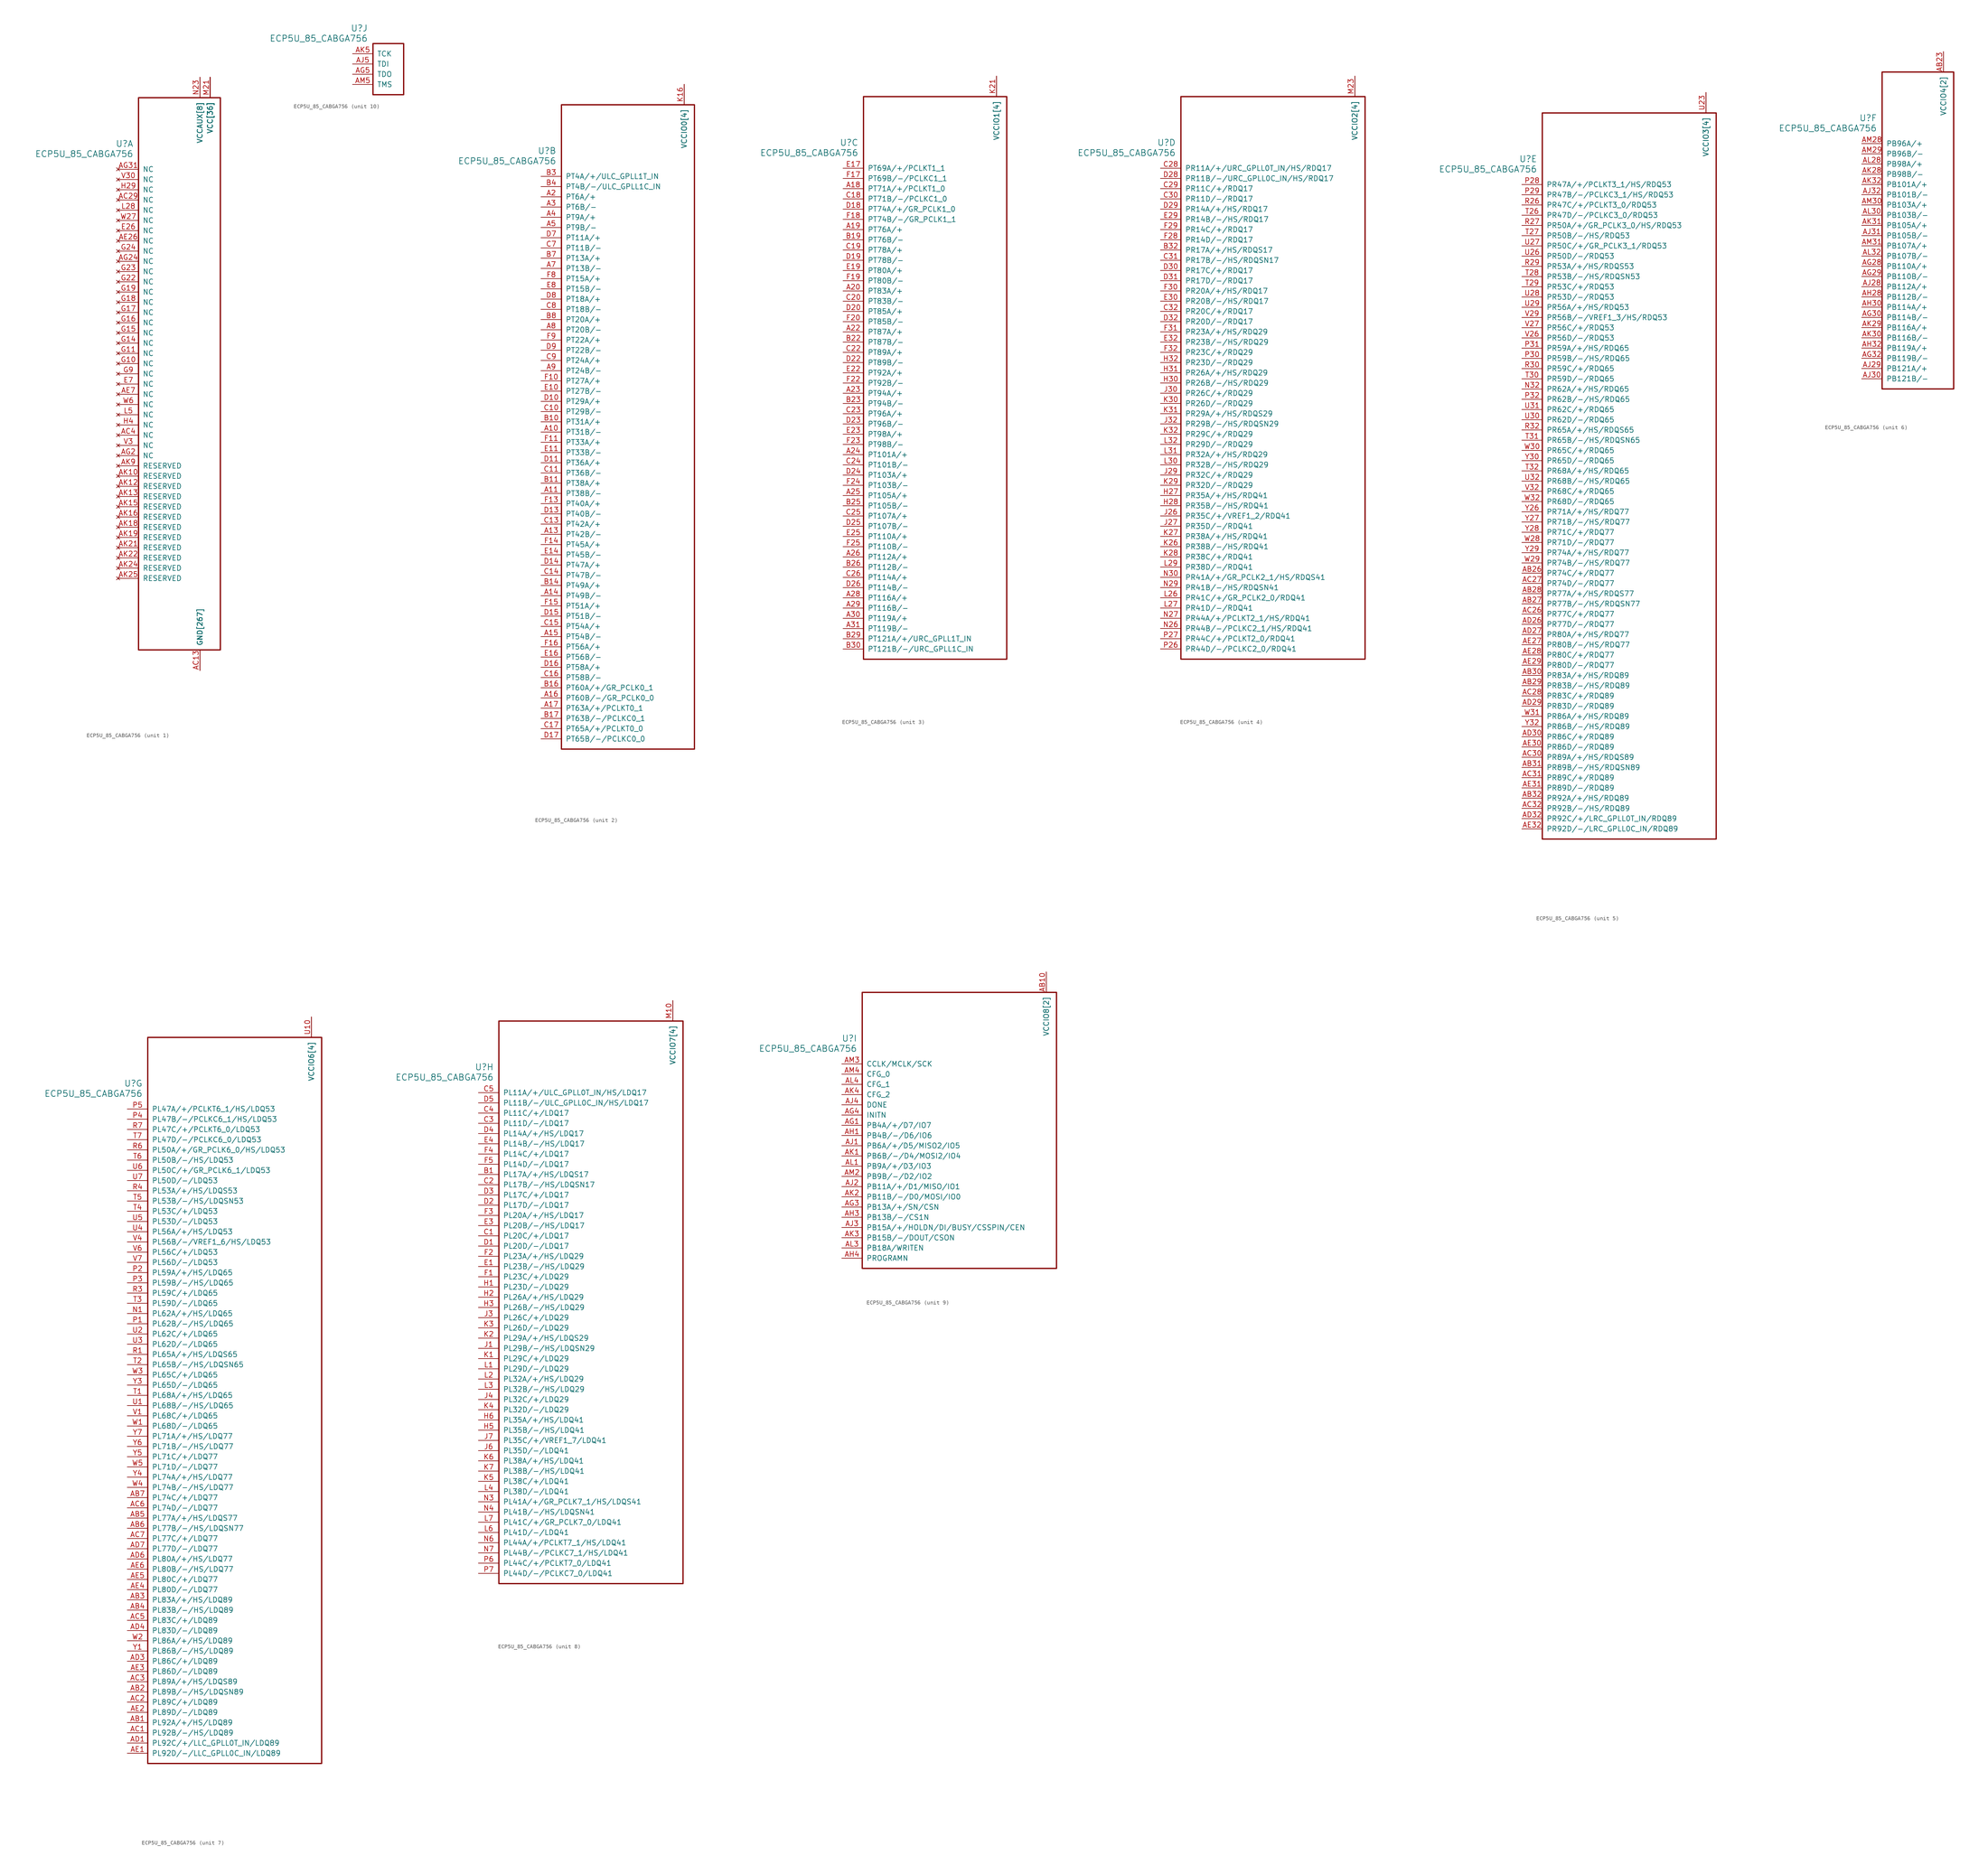
<source format=kicad_sym>
(kicad_symbol_lib
  (version 20211014)
  (generator kicad_symbol_editor)
  (symbol "ECP5U_85_CABGA756"
    (pin_names
      (offset 1.016))
    (property "Reference" "U"
      (at 3.81 6.35 0)
      (effects (font (size 1.524 1.524)) (justify right)))
    (property "Value" "ECP5U_85_CABGA756"
      (at 3.81 3.81 0)
      (effects (font (size 1.524 1.524)) (justify right)))
    (property "ki_locked" ""
      (at 0 0 0)
      (effects (font (size 1.27 1.27))))
    (symbol "ECP5U_85_CABGA756_1_1"
      (rectangle (start 5.08 17.78) (end 25.4 -119.38) (stroke (width 0.305) (type default) (color 0 0 0 0)) (fill (type none)))
      (pin power_in line (at 20.32 -124.46 90) (length 5.08) (name "GND[267]" (effects (font (size 1.27 1.27)))) (number "AA11" (effects (font (size 0 0)))))
      (pin power_in line (at 22.86 22.86 270) (length 5.08) (name "VCC[36]" (effects (font (size 1.27 1.27)))) (number "AA12" (effects (font (size 0 0)))))
      (pin power_in line (at 22.86 22.86 270) (length 5.08) (name "VCC[36]" (effects (font (size 1.27 1.27)))) (number "AA13" (effects (font (size 0 0)))))
      (pin power_in line (at 22.86 22.86 270) (length 5.08) (name "VCC[36]" (effects (font (size 1.27 1.27)))) (number "AA14" (effects (font (size 0 0)))))
      (pin power_in line (at 22.86 22.86 270) (length 5.08) (name "VCC[36]" (effects (font (size 1.27 1.27)))) (number "AA15" (effects (font (size 0 0)))))
      (pin power_in line (at 22.86 22.86 270) (length 5.08) (name "VCC[36]" (effects (font (size 1.27 1.27)))) (number "AA16" (effects (font (size 0 0)))))
      (pin power_in line (at 22.86 22.86 270) (length 5.08) (name "VCC[36]" (effects (font (size 1.27 1.27)))) (number "AA17" (effects (font (size 0 0)))))
      (pin power_in line (at 22.86 22.86 270) (length 5.08) (name "VCC[36]" (effects (font (size 1.27 1.27)))) (number "AA18" (effects (font (size 0 0)))))
      (pin power_in line (at 22.86 22.86 270) (length 5.08) (name "VCC[36]" (effects (font (size 1.27 1.27)))) (number "AA19" (effects (font (size 0 0)))))
      (pin power_in line (at 22.86 22.86 270) (length 5.08) (name "VCC[36]" (effects (font (size 1.27 1.27)))) (number "AA20" (effects (font (size 0 0)))))
      (pin power_in line (at 22.86 22.86 270) (length 5.08) (name "VCC[36]" (effects (font (size 1.27 1.27)))) (number "AA21" (effects (font (size 0 0)))))
      (pin power_in line (at 20.32 -124.46 90) (length 5.08) (name "GND[267]" (effects (font (size 1.27 1.27)))) (number "AA22" (effects (font (size 0 0)))))
      (pin power_in line (at 20.32 -124.46 90) (length 5.08) (name "GND[267]" (effects (font (size 1.27 1.27)))) (number "AB11" (effects (font (size 0 0)))))
      (pin power_in line (at 20.32 -124.46 90) (length 5.08) (name "GND[267]" (effects (font (size 1.27 1.27)))) (number "AB12" (effects (font (size 0 0)))))
      (pin power_in line (at 20.32 -124.46 90) (length 5.08) (name "GND[267]" (effects (font (size 1.27 1.27)))) (number "AB13" (effects (font (size 0 0)))))
      (pin power_in line (at 20.32 -124.46 90) (length 5.08) (name "GND[267]" (effects (font (size 1.27 1.27)))) (number "AB14" (effects (font (size 0 0)))))
      (pin power_in line (at 20.32 -124.46 90) (length 5.08) (name "GND[267]" (effects (font (size 1.27 1.27)))) (number "AB15" (effects (font (size 0 0)))))
      (pin power_in line (at 20.32 -124.46 90) (length 5.08) (name "GND[267]" (effects (font (size 1.27 1.27)))) (number "AB16" (effects (font (size 0 0)))))
      (pin power_in line (at 20.32 -124.46 90) (length 5.08) (name "GND[267]" (effects (font (size 1.27 1.27)))) (number "AB17" (effects (font (size 0 0)))))
      (pin power_in line (at 20.32 -124.46 90) (length 5.08) (name "GND[267]" (effects (font (size 1.27 1.27)))) (number "AB18" (effects (font (size 0 0)))))
      (pin power_in line (at 20.32 -124.46 90) (length 5.08) (name "GND[267]" (effects (font (size 1.27 1.27)))) (number "AB19" (effects (font (size 0 0)))))
      (pin power_in line (at 20.32 -124.46 90) (length 5.08) (name "GND[267]" (effects (font (size 1.27 1.27)))) (number "AB20" (effects (font (size 0 0)))))
      (pin power_in line (at 20.32 -124.46 90) (length 5.08) (name "GND[267]" (effects (font (size 1.27 1.27)))) (number "AB21" (effects (font (size 0 0)))))
      (pin power_in line (at 20.32 -124.46 90) (length 5.08) (name "GND[267]" (effects (font (size 1.27 1.27)))) (number "AB22" (effects (font (size 0 0)))))
      (pin power_in line (at 20.32 22.86 270) (length 5.08) (name "VCCAUX[8]" (effects (font (size 1.27 1.27)))) (number "AC11" (effects (font (size 0 0)))))
      (pin power_in line (at 20.32 -124.46 90) (length 5.08) (name "GND[267]" (effects (font (size 1.27 1.27)))) (number "AC12" (effects (font (size 0 0)))))
      (pin power_in line (at 20.32 -124.46 90) (length 5.08) (name "GND[267]" (effects (font (size 1.27 1.27)))) (number "AC13" (effects (font (size 1.27 1.27)))))
      (pin power_in line (at 20.32 -124.46 90) (length 5.08) (name "GND[267]" (effects (font (size 1.27 1.27)))) (number "AC14" (effects (font (size 0 0)))))
      (pin power_in line (at 20.32 -124.46 90) (length 5.08) (name "GND[267]" (effects (font (size 1.27 1.27)))) (number "AC15" (effects (font (size 0 0)))))
      (pin power_in line (at 20.32 -124.46 90) (length 5.08) (name "GND[267]" (effects (font (size 1.27 1.27)))) (number "AC16" (effects (font (size 0 0)))))
      (pin power_in line (at 20.32 -124.46 90) (length 5.08) (name "GND[267]" (effects (font (size 1.27 1.27)))) (number "AC17" (effects (font (size 0 0)))))
      (pin power_in line (at 20.32 -124.46 90) (length 5.08) (name "GND[267]" (effects (font (size 1.27 1.27)))) (number "AC18" (effects (font (size 0 0)))))
      (pin power_in line (at 20.32 -124.46 90) (length 5.08) (name "GND[267]" (effects (font (size 1.27 1.27)))) (number "AC19" (effects (font (size 0 0)))))
      (pin power_in line (at 20.32 -124.46 90) (length 5.08) (name "GND[267]" (effects (font (size 1.27 1.27)))) (number "AC20" (effects (font (size 0 0)))))
      (pin power_in line (at 20.32 -124.46 90) (length 5.08) (name "GND[267]" (effects (font (size 1.27 1.27)))) (number "AC21" (effects (font (size 0 0)))))
      (pin power_in line (at 20.32 22.86 270) (length 5.08) (name "VCCAUX[8]" (effects (font (size 1.27 1.27)))) (number "AC22" (effects (font (size 0 0)))))
      (pin no_connect line (at 0 -7.62 0) (length 5.08) (name "NC" (effects (font (size 1.27 1.27)))) (number "AC29" (effects (font (size 1.27 1.27)))))
      (pin no_connect line (at 0 -66.04 0) (length 5.08) (name "NC" (effects (font (size 1.27 1.27)))) (number "AC4" (effects (font (size 1.27 1.27)))))
      (pin power_in line (at 20.32 -124.46 90) (length 5.08) (name "GND[267]" (effects (font (size 1.27 1.27)))) (number "AD2" (effects (font (size 0 0)))))
      (pin power_in line (at 20.32 -124.46 90) (length 5.08) (name "GND[267]" (effects (font (size 1.27 1.27)))) (number "AD28" (effects (font (size 0 0)))))
      (pin power_in line (at 20.32 -124.46 90) (length 5.08) (name "GND[267]" (effects (font (size 1.27 1.27)))) (number "AD31" (effects (font (size 0 0)))))
      (pin power_in line (at 20.32 -124.46 90) (length 5.08) (name "GND[267]" (effects (font (size 1.27 1.27)))) (number "AD5" (effects (font (size 0 0)))))
      (pin no_connect line (at 0 -17.78 0) (length 5.08) (name "NC" (effects (font (size 1.27 1.27)))) (number "AE26" (effects (font (size 1.27 1.27)))))
      (pin no_connect line (at 0 -55.88 0) (length 5.08) (name "NC" (effects (font (size 1.27 1.27)))) (number "AE7" (effects (font (size 1.27 1.27)))))
      (pin power_in line (at 20.32 -124.46 90) (length 5.08) (name "GND[267]" (effects (font (size 1.27 1.27)))) (number "AF11" (effects (font (size 0 0)))))
      (pin power_in line (at 20.32 -124.46 90) (length 5.08) (name "GND[267]" (effects (font (size 1.27 1.27)))) (number "AF12" (effects (font (size 0 0)))))
      (pin power_in line (at 20.32 -124.46 90) (length 5.08) (name "GND[267]" (effects (font (size 1.27 1.27)))) (number "AF14" (effects (font (size 0 0)))))
      (pin power_in line (at 20.32 -124.46 90) (length 5.08) (name "GND[267]" (effects (font (size 1.27 1.27)))) (number "AF15" (effects (font (size 0 0)))))
      (pin power_in line (at 20.32 -124.46 90) (length 5.08) (name "GND[267]" (effects (font (size 1.27 1.27)))) (number "AF16" (effects (font (size 0 0)))))
      (pin power_in line (at 20.32 -124.46 90) (length 5.08) (name "GND[267]" (effects (font (size 1.27 1.27)))) (number "AF17" (effects (font (size 0 0)))))
      (pin power_in line (at 20.32 -124.46 90) (length 5.08) (name "GND[267]" (effects (font (size 1.27 1.27)))) (number "AF19" (effects (font (size 0 0)))))
      (pin power_in line (at 20.32 -124.46 90) (length 5.08) (name "GND[267]" (effects (font (size 1.27 1.27)))) (number "AF20" (effects (font (size 0 0)))))
      (pin power_in line (at 20.32 -124.46 90) (length 5.08) (name "GND[267]" (effects (font (size 1.27 1.27)))) (number "AF22" (effects (font (size 0 0)))))
      (pin power_in line (at 20.32 -124.46 90) (length 5.08) (name "GND[267]" (effects (font (size 1.27 1.27)))) (number "AF23" (effects (font (size 0 0)))))
      (pin power_in line (at 20.32 -124.46 90) (length 5.08) (name "GND[267]" (effects (font (size 1.27 1.27)))) (number "AG11" (effects (font (size 0 0)))))
      (pin power_in line (at 20.32 -124.46 90) (length 5.08) (name "GND[267]" (effects (font (size 1.27 1.27)))) (number "AG12" (effects (font (size 0 0)))))
      (pin power_in line (at 20.32 -124.46 90) (length 5.08) (name "GND[267]" (effects (font (size 1.27 1.27)))) (number "AG14" (effects (font (size 0 0)))))
      (pin power_in line (at 20.32 -124.46 90) (length 5.08) (name "GND[267]" (effects (font (size 1.27 1.27)))) (number "AG15" (effects (font (size 0 0)))))
      (pin power_in line (at 20.32 -124.46 90) (length 5.08) (name "GND[267]" (effects (font (size 1.27 1.27)))) (number "AG16" (effects (font (size 0 0)))))
      (pin power_in line (at 20.32 -124.46 90) (length 5.08) (name "GND[267]" (effects (font (size 1.27 1.27)))) (number "AG17" (effects (font (size 0 0)))))
      (pin power_in line (at 20.32 -124.46 90) (length 5.08) (name "GND[267]" (effects (font (size 1.27 1.27)))) (number "AG19" (effects (font (size 0 0)))))
      (pin no_connect line (at 0 -71.12 0) (length 5.08) (name "NC" (effects (font (size 1.27 1.27)))) (number "AG2" (effects (font (size 1.27 1.27)))))
      (pin power_in line (at 20.32 -124.46 90) (length 5.08) (name "GND[267]" (effects (font (size 1.27 1.27)))) (number "AG20" (effects (font (size 0 0)))))
      (pin power_in line (at 20.32 -124.46 90) (length 5.08) (name "GND[267]" (effects (font (size 1.27 1.27)))) (number "AG22" (effects (font (size 0 0)))))
      (pin power_in line (at 20.32 -124.46 90) (length 5.08) (name "GND[267]" (effects (font (size 1.27 1.27)))) (number "AG23" (effects (font (size 0 0)))))
      (pin no_connect line (at 0 -22.86 0) (length 5.08) (name "NC" (effects (font (size 1.27 1.27)))) (number "AG24" (effects (font (size 1.27 1.27)))))
      (pin no_connect line (at 0 0 0) (length 5.08) (name "NC" (effects (font (size 1.27 1.27)))) (number "AG31" (effects (font (size 1.27 1.27)))))
      (pin power_in line (at 20.32 -124.46 90) (length 5.08) (name "GND[267]" (effects (font (size 1.27 1.27)))) (number "AG9" (effects (font (size 0 0)))))
      (pin power_in line (at 20.32 -124.46 90) (length 5.08) (name "GND[267]" (effects (font (size 1.27 1.27)))) (number "AH11" (effects (font (size 0 0)))))
      (pin power_in line (at 20.32 -124.46 90) (length 5.08) (name "GND[267]" (effects (font (size 1.27 1.27)))) (number "AH12" (effects (font (size 0 0)))))
      (pin power_in line (at 20.32 -124.46 90) (length 5.08) (name "GND[267]" (effects (font (size 1.27 1.27)))) (number "AH14" (effects (font (size 0 0)))))
      (pin power_in line (at 20.32 -124.46 90) (length 5.08) (name "GND[267]" (effects (font (size 1.27 1.27)))) (number "AH15" (effects (font (size 0 0)))))
      (pin power_in line (at 20.32 -124.46 90) (length 5.08) (name "GND[267]" (effects (font (size 1.27 1.27)))) (number "AH16" (effects (font (size 0 0)))))
      (pin power_in line (at 20.32 -124.46 90) (length 5.08) (name "GND[267]" (effects (font (size 1.27 1.27)))) (number "AH17" (effects (font (size 0 0)))))
      (pin power_in line (at 20.32 -124.46 90) (length 5.08) (name "GND[267]" (effects (font (size 1.27 1.27)))) (number "AH19" (effects (font (size 0 0)))))
      (pin power_in line (at 20.32 -124.46 90) (length 5.08) (name "GND[267]" (effects (font (size 1.27 1.27)))) (number "AH2" (effects (font (size 0 0)))))
      (pin power_in line (at 20.32 -124.46 90) (length 5.08) (name "GND[267]" (effects (font (size 1.27 1.27)))) (number "AH20" (effects (font (size 0 0)))))
      (pin power_in line (at 20.32 -124.46 90) (length 5.08) (name "GND[267]" (effects (font (size 1.27 1.27)))) (number "AH22" (effects (font (size 0 0)))))
      (pin power_in line (at 20.32 -124.46 90) (length 5.08) (name "GND[267]" (effects (font (size 1.27 1.27)))) (number "AH23" (effects (font (size 0 0)))))
      (pin power_in line (at 20.32 -124.46 90) (length 5.08) (name "GND[267]" (effects (font (size 1.27 1.27)))) (number "AH24" (effects (font (size 0 0)))))
      (pin power_in line (at 20.32 -124.46 90) (length 5.08) (name "GND[267]" (effects (font (size 1.27 1.27)))) (number "AH25" (effects (font (size 0 0)))))
      (pin power_in line (at 20.32 -124.46 90) (length 5.08) (name "GND[267]" (effects (font (size 1.27 1.27)))) (number "AH26" (effects (font (size 0 0)))))
      (pin power_in line (at 20.32 -124.46 90) (length 5.08) (name "GND[267]" (effects (font (size 1.27 1.27)))) (number "AH29" (effects (font (size 0 0)))))
      (pin power_in line (at 20.32 -124.46 90) (length 5.08) (name "GND[267]" (effects (font (size 1.27 1.27)))) (number "AH31" (effects (font (size 0 0)))))
      (pin power_in line (at 20.32 -124.46 90) (length 5.08) (name "GND[267]" (effects (font (size 1.27 1.27)))) (number "AH5" (effects (font (size 0 0)))))
      (pin power_in line (at 20.32 -124.46 90) (length 5.08) (name "GND[267]" (effects (font (size 1.27 1.27)))) (number "AH7" (effects (font (size 0 0)))))
      (pin power_in line (at 20.32 -124.46 90) (length 5.08) (name "GND[267]" (effects (font (size 1.27 1.27)))) (number "AH8" (effects (font (size 0 0)))))
      (pin power_in line (at 20.32 -124.46 90) (length 5.08) (name "GND[267]" (effects (font (size 1.27 1.27)))) (number "AH9" (effects (font (size 0 0)))))
      (pin power_in line (at 20.32 -124.46 90) (length 5.08) (name "GND[267]" (effects (font (size 1.27 1.27)))) (number "AJ10" (effects (font (size 0 0)))))
      (pin power_in line (at 20.32 -124.46 90) (length 5.08) (name "GND[267]" (effects (font (size 1.27 1.27)))) (number "AJ11" (effects (font (size 0 0)))))
      (pin power_in line (at 20.32 -124.46 90) (length 5.08) (name "GND[267]" (effects (font (size 1.27 1.27)))) (number "AJ12" (effects (font (size 0 0)))))
      (pin power_in line (at 20.32 -124.46 90) (length 5.08) (name "GND[267]" (effects (font (size 1.27 1.27)))) (number "AJ13" (effects (font (size 0 0)))))
      (pin power_in line (at 20.32 -124.46 90) (length 5.08) (name "GND[267]" (effects (font (size 1.27 1.27)))) (number "AJ14" (effects (font (size 0 0)))))
      (pin power_in line (at 20.32 -124.46 90) (length 5.08) (name "GND[267]" (effects (font (size 1.27 1.27)))) (number "AJ15" (effects (font (size 0 0)))))
      (pin power_in line (at 20.32 -124.46 90) (length 5.08) (name "GND[267]" (effects (font (size 1.27 1.27)))) (number "AJ16" (effects (font (size 0 0)))))
      (pin power_in line (at 20.32 -124.46 90) (length 5.08) (name "GND[267]" (effects (font (size 1.27 1.27)))) (number "AJ17" (effects (font (size 0 0)))))
      (pin power_in line (at 20.32 -124.46 90) (length 5.08) (name "GND[267]" (effects (font (size 1.27 1.27)))) (number "AJ18" (effects (font (size 0 0)))))
      (pin power_in line (at 20.32 -124.46 90) (length 5.08) (name "GND[267]" (effects (font (size 1.27 1.27)))) (number "AJ19" (effects (font (size 0 0)))))
      (pin power_in line (at 20.32 -124.46 90) (length 5.08) (name "GND[267]" (effects (font (size 1.27 1.27)))) (number "AJ20" (effects (font (size 0 0)))))
      (pin power_in line (at 20.32 -124.46 90) (length 5.08) (name "GND[267]" (effects (font (size 1.27 1.27)))) (number "AJ21" (effects (font (size 0 0)))))
      (pin power_in line (at 20.32 -124.46 90) (length 5.08) (name "GND[267]" (effects (font (size 1.27 1.27)))) (number "AJ22" (effects (font (size 0 0)))))
      (pin power_in line (at 20.32 -124.46 90) (length 5.08) (name "GND[267]" (effects (font (size 1.27 1.27)))) (number "AJ23" (effects (font (size 0 0)))))
      (pin power_in line (at 20.32 -124.46 90) (length 5.08) (name "GND[267]" (effects (font (size 1.27 1.27)))) (number "AJ24" (effects (font (size 0 0)))))
      (pin power_in line (at 20.32 -124.46 90) (length 5.08) (name "GND[267]" (effects (font (size 1.27 1.27)))) (number "AJ25" (effects (font (size 0 0)))))
      (pin power_in line (at 20.32 -124.46 90) (length 5.08) (name "GND[267]" (effects (font (size 1.27 1.27)))) (number "AJ26" (effects (font (size 0 0)))))
      (pin power_in line (at 20.32 -124.46 90) (length 5.08) (name "GND[267]" (effects (font (size 1.27 1.27)))) (number "AJ7" (effects (font (size 0 0)))))
      (pin power_in line (at 20.32 -124.46 90) (length 5.08) (name "GND[267]" (effects (font (size 1.27 1.27)))) (number "AJ8" (effects (font (size 0 0)))))
      (pin power_in line (at 20.32 -124.46 90) (length 5.08) (name "GND[267]" (effects (font (size 1.27 1.27)))) (number "AJ9" (effects (font (size 0 0)))))
      (pin no_connect line (at 0 -76.2 0) (length 5.08) (name "RESERVED" (effects (font (size 1.27 1.27)))) (number "AK10" (effects (font (size 1.27 1.27)))))
      (pin power_in line (at 20.32 -124.46 90) (length 5.08) (name "GND[267]" (effects (font (size 1.27 1.27)))) (number "AK11" (effects (font (size 0 0)))))
      (pin no_connect line (at 0 -78.74 0) (length 5.08) (name "RESERVED" (effects (font (size 1.27 1.27)))) (number "AK12" (effects (font (size 1.27 1.27)))))
      (pin no_connect line (at 0 -81.28 0) (length 5.08) (name "RESERVED" (effects (font (size 1.27 1.27)))) (number "AK13" (effects (font (size 1.27 1.27)))))
      (pin power_in line (at 20.32 -124.46 90) (length 5.08) (name "GND[267]" (effects (font (size 1.27 1.27)))) (number "AK14" (effects (font (size 0 0)))))
      (pin no_connect line (at 0 -83.82 0) (length 5.08) (name "RESERVED" (effects (font (size 1.27 1.27)))) (number "AK15" (effects (font (size 1.27 1.27)))))
      (pin no_connect line (at 0 -86.36 0) (length 5.08) (name "RESERVED" (effects (font (size 1.27 1.27)))) (number "AK16" (effects (font (size 1.27 1.27)))))
      (pin power_in line (at 20.32 -124.46 90) (length 5.08) (name "GND[267]" (effects (font (size 1.27 1.27)))) (number "AK17" (effects (font (size 0 0)))))
      (pin no_connect line (at 0 -88.9 0) (length 5.08) (name "RESERVED" (effects (font (size 1.27 1.27)))) (number "AK18" (effects (font (size 1.27 1.27)))))
      (pin no_connect line (at 0 -91.44 0) (length 5.08) (name "RESERVED" (effects (font (size 1.27 1.27)))) (number "AK19" (effects (font (size 1.27 1.27)))))
      (pin power_in line (at 20.32 -124.46 90) (length 5.08) (name "GND[267]" (effects (font (size 1.27 1.27)))) (number "AK20" (effects (font (size 0 0)))))
      (pin no_connect line (at 0 -93.98 0) (length 5.08) (name "RESERVED" (effects (font (size 1.27 1.27)))) (number "AK21" (effects (font (size 1.27 1.27)))))
      (pin no_connect line (at 0 -96.52 0) (length 5.08) (name "RESERVED" (effects (font (size 1.27 1.27)))) (number "AK22" (effects (font (size 1.27 1.27)))))
      (pin power_in line (at 20.32 -124.46 90) (length 5.08) (name "GND[267]" (effects (font (size 1.27 1.27)))) (number "AK23" (effects (font (size 0 0)))))
      (pin no_connect line (at 0 -99.06 0) (length 5.08) (name "RESERVED" (effects (font (size 1.27 1.27)))) (number "AK24" (effects (font (size 1.27 1.27)))))
      (pin no_connect line (at 0 -101.6 0) (length 5.08) (name "RESERVED" (effects (font (size 1.27 1.27)))) (number "AK25" (effects (font (size 1.27 1.27)))))
      (pin power_in line (at 20.32 -124.46 90) (length 5.08) (name "GND[267]" (effects (font (size 1.27 1.27)))) (number "AK26" (effects (font (size 0 0)))))
      (pin power_in line (at 20.32 -124.46 90) (length 5.08) (name "GND[267]" (effects (font (size 1.27 1.27)))) (number "AK7" (effects (font (size 0 0)))))
      (pin power_in line (at 20.32 -124.46 90) (length 5.08) (name "GND[267]" (effects (font (size 1.27 1.27)))) (number "AK8" (effects (font (size 0 0)))))
      (pin no_connect line (at 0 -73.66 0) (length 5.08) (name "RESERVED" (effects (font (size 1.27 1.27)))) (number "AK9" (effects (font (size 1.27 1.27)))))
      (pin power_in line (at 20.32 -124.46 90) (length 5.08) (name "GND[267]" (effects (font (size 1.27 1.27)))) (number "AL11" (effects (font (size 0 0)))))
      (pin power_in line (at 20.32 -124.46 90) (length 5.08) (name "GND[267]" (effects (font (size 1.27 1.27)))) (number "AL12" (effects (font (size 0 0)))))
      (pin power_in line (at 20.32 -124.46 90) (length 5.08) (name "GND[267]" (effects (font (size 1.27 1.27)))) (number "AL14" (effects (font (size 0 0)))))
      (pin power_in line (at 20.32 -124.46 90) (length 5.08) (name "GND[267]" (effects (font (size 1.27 1.27)))) (number "AL15" (effects (font (size 0 0)))))
      (pin power_in line (at 20.32 -124.46 90) (length 5.08) (name "GND[267]" (effects (font (size 1.27 1.27)))) (number "AL17" (effects (font (size 0 0)))))
      (pin power_in line (at 20.32 -124.46 90) (length 5.08) (name "GND[267]" (effects (font (size 1.27 1.27)))) (number "AL18" (effects (font (size 0 0)))))
      (pin power_in line (at 20.32 -124.46 90) (length 5.08) (name "GND[267]" (effects (font (size 1.27 1.27)))) (number "AL2" (effects (font (size 0 0)))))
      (pin power_in line (at 20.32 -124.46 90) (length 5.08) (name "GND[267]" (effects (font (size 1.27 1.27)))) (number "AL20" (effects (font (size 0 0)))))
      (pin power_in line (at 20.32 -124.46 90) (length 5.08) (name "GND[267]" (effects (font (size 1.27 1.27)))) (number "AL21" (effects (font (size 0 0)))))
      (pin power_in line (at 20.32 -124.46 90) (length 5.08) (name "GND[267]" (effects (font (size 1.27 1.27)))) (number "AL23" (effects (font (size 0 0)))))
      (pin power_in line (at 20.32 -124.46 90) (length 5.08) (name "GND[267]" (effects (font (size 1.27 1.27)))) (number "AL24" (effects (font (size 0 0)))))
      (pin power_in line (at 20.32 -124.46 90) (length 5.08) (name "GND[267]" (effects (font (size 1.27 1.27)))) (number "AL26" (effects (font (size 0 0)))))
      (pin power_in line (at 20.32 -124.46 90) (length 5.08) (name "GND[267]" (effects (font (size 1.27 1.27)))) (number "AL29" (effects (font (size 0 0)))))
      (pin power_in line (at 20.32 -124.46 90) (length 5.08) (name "GND[267]" (effects (font (size 1.27 1.27)))) (number "AL31" (effects (font (size 0 0)))))
      (pin power_in line (at 20.32 -124.46 90) (length 5.08) (name "GND[267]" (effects (font (size 1.27 1.27)))) (number "AL5" (effects (font (size 0 0)))))
      (pin power_in line (at 20.32 -124.46 90) (length 5.08) (name "GND[267]" (effects (font (size 1.27 1.27)))) (number "AL7" (effects (font (size 0 0)))))
      (pin power_in line (at 20.32 -124.46 90) (length 5.08) (name "GND[267]" (effects (font (size 1.27 1.27)))) (number "AL8" (effects (font (size 0 0)))))
      (pin power_in line (at 20.32 -124.46 90) (length 5.08) (name "GND[267]" (effects (font (size 1.27 1.27)))) (number "AL9" (effects (font (size 0 0)))))
      (pin power_in line (at 20.32 -124.46 90) (length 5.08) (name "GND[267]" (effects (font (size 1.27 1.27)))) (number "AM11" (effects (font (size 0 0)))))
      (pin power_in line (at 20.32 -124.46 90) (length 5.08) (name "GND[267]" (effects (font (size 1.27 1.27)))) (number "AM12" (effects (font (size 0 0)))))
      (pin power_in line (at 20.32 -124.46 90) (length 5.08) (name "GND[267]" (effects (font (size 1.27 1.27)))) (number "AM14" (effects (font (size 0 0)))))
      (pin power_in line (at 20.32 -124.46 90) (length 5.08) (name "GND[267]" (effects (font (size 1.27 1.27)))) (number "AM15" (effects (font (size 0 0)))))
      (pin power_in line (at 20.32 -124.46 90) (length 5.08) (name "GND[267]" (effects (font (size 1.27 1.27)))) (number "AM17" (effects (font (size 0 0)))))
      (pin power_in line (at 20.32 -124.46 90) (length 5.08) (name "GND[267]" (effects (font (size 1.27 1.27)))) (number "AM18" (effects (font (size 0 0)))))
      (pin power_in line (at 20.32 -124.46 90) (length 5.08) (name "GND[267]" (effects (font (size 1.27 1.27)))) (number "AM20" (effects (font (size 0 0)))))
      (pin power_in line (at 20.32 -124.46 90) (length 5.08) (name "GND[267]" (effects (font (size 1.27 1.27)))) (number "AM21" (effects (font (size 0 0)))))
      (pin power_in line (at 20.32 -124.46 90) (length 5.08) (name "GND[267]" (effects (font (size 1.27 1.27)))) (number "AM23" (effects (font (size 0 0)))))
      (pin power_in line (at 20.32 -124.46 90) (length 5.08) (name "GND[267]" (effects (font (size 1.27 1.27)))) (number "AM24" (effects (font (size 0 0)))))
      (pin power_in line (at 20.32 -124.46 90) (length 5.08) (name "GND[267]" (effects (font (size 1.27 1.27)))) (number "AM26" (effects (font (size 0 0)))))
      (pin power_in line (at 20.32 -124.46 90) (length 5.08) (name "GND[267]" (effects (font (size 1.27 1.27)))) (number "AM7" (effects (font (size 0 0)))))
      (pin power_in line (at 20.32 -124.46 90) (length 5.08) (name "GND[267]" (effects (font (size 1.27 1.27)))) (number "AM8" (effects (font (size 0 0)))))
      (pin power_in line (at 20.32 -124.46 90) (length 5.08) (name "GND[267]" (effects (font (size 1.27 1.27)))) (number "AM9" (effects (font (size 0 0)))))
      (pin power_in line (at 20.32 -124.46 90) (length 5.08) (name "GND[267]" (effects (font (size 1.27 1.27)))) (number "B13" (effects (font (size 0 0)))))
      (pin power_in line (at 20.32 -124.46 90) (length 5.08) (name "GND[267]" (effects (font (size 1.27 1.27)))) (number "B15" (effects (font (size 0 0)))))
      (pin power_in line (at 20.32 -124.46 90) (length 5.08) (name "GND[267]" (effects (font (size 1.27 1.27)))) (number "B18" (effects (font (size 0 0)))))
      (pin power_in line (at 20.32 -124.46 90) (length 5.08) (name "GND[267]" (effects (font (size 1.27 1.27)))) (number "B2" (effects (font (size 0 0)))))
      (pin power_in line (at 20.32 -124.46 90) (length 5.08) (name "GND[267]" (effects (font (size 1.27 1.27)))) (number "B20" (effects (font (size 0 0)))))
      (pin power_in line (at 20.32 -124.46 90) (length 5.08) (name "GND[267]" (effects (font (size 1.27 1.27)))) (number "B24" (effects (font (size 0 0)))))
      (pin power_in line (at 20.32 -124.46 90) (length 5.08) (name "GND[267]" (effects (font (size 1.27 1.27)))) (number "B28" (effects (font (size 0 0)))))
      (pin power_in line (at 20.32 -124.46 90) (length 5.08) (name "GND[267]" (effects (font (size 1.27 1.27)))) (number "B31" (effects (font (size 0 0)))))
      (pin power_in line (at 20.32 -124.46 90) (length 5.08) (name "GND[267]" (effects (font (size 1.27 1.27)))) (number "B5" (effects (font (size 0 0)))))
      (pin power_in line (at 20.32 -124.46 90) (length 5.08) (name "GND[267]" (effects (font (size 1.27 1.27)))) (number "B9" (effects (font (size 0 0)))))
      (pin power_in line (at 20.32 -124.46 90) (length 5.08) (name "GND[267]" (effects (font (size 1.27 1.27)))) (number "E13" (effects (font (size 0 0)))))
      (pin power_in line (at 20.32 -124.46 90) (length 5.08) (name "GND[267]" (effects (font (size 1.27 1.27)))) (number "E15" (effects (font (size 0 0)))))
      (pin power_in line (at 20.32 -124.46 90) (length 5.08) (name "GND[267]" (effects (font (size 1.27 1.27)))) (number "E18" (effects (font (size 0 0)))))
      (pin power_in line (at 20.32 -124.46 90) (length 5.08) (name "GND[267]" (effects (font (size 1.27 1.27)))) (number "E2" (effects (font (size 0 0)))))
      (pin power_in line (at 20.32 -124.46 90) (length 5.08) (name "GND[267]" (effects (font (size 1.27 1.27)))) (number "E20" (effects (font (size 0 0)))))
      (pin power_in line (at 20.32 -124.46 90) (length 5.08) (name "GND[267]" (effects (font (size 1.27 1.27)))) (number "E24" (effects (font (size 0 0)))))
      (pin no_connect line (at 0 -15.24 0) (length 5.08) (name "NC" (effects (font (size 1.27 1.27)))) (number "E26" (effects (font (size 1.27 1.27)))))
      (pin power_in line (at 20.32 -124.46 90) (length 5.08) (name "GND[267]" (effects (font (size 1.27 1.27)))) (number "E28" (effects (font (size 0 0)))))
      (pin power_in line (at 20.32 -124.46 90) (length 5.08) (name "GND[267]" (effects (font (size 1.27 1.27)))) (number "E31" (effects (font (size 0 0)))))
      (pin power_in line (at 20.32 -124.46 90) (length 5.08) (name "GND[267]" (effects (font (size 1.27 1.27)))) (number "E5" (effects (font (size 0 0)))))
      (pin no_connect line (at 0 -53.34 0) (length 5.08) (name "NC" (effects (font (size 1.27 1.27)))) (number "E7" (effects (font (size 1.27 1.27)))))
      (pin power_in line (at 20.32 -124.46 90) (length 5.08) (name "GND[267]" (effects (font (size 1.27 1.27)))) (number "E9" (effects (font (size 0 0)))))
      (pin no_connect line (at 0 -48.26 0) (length 5.08) (name "NC" (effects (font (size 1.27 1.27)))) (number "G10" (effects (font (size 1.27 1.27)))))
      (pin no_connect line (at 0 -45.72 0) (length 5.08) (name "NC" (effects (font (size 1.27 1.27)))) (number "G11" (effects (font (size 1.27 1.27)))))
      (pin no_connect line (at 0 -43.18 0) (length 5.08) (name "NC" (effects (font (size 1.27 1.27)))) (number "G14" (effects (font (size 1.27 1.27)))))
      (pin no_connect line (at 0 -40.64 0) (length 5.08) (name "NC" (effects (font (size 1.27 1.27)))) (number "G15" (effects (font (size 1.27 1.27)))))
      (pin no_connect line (at 0 -38.1 0) (length 5.08) (name "NC" (effects (font (size 1.27 1.27)))) (number "G16" (effects (font (size 1.27 1.27)))))
      (pin no_connect line (at 0 -35.56 0) (length 5.08) (name "NC" (effects (font (size 1.27 1.27)))) (number "G17" (effects (font (size 1.27 1.27)))))
      (pin no_connect line (at 0 -33.02 0) (length 5.08) (name "NC" (effects (font (size 1.27 1.27)))) (number "G18" (effects (font (size 1.27 1.27)))))
      (pin no_connect line (at 0 -30.48 0) (length 5.08) (name "NC" (effects (font (size 1.27 1.27)))) (number "G19" (effects (font (size 1.27 1.27)))))
      (pin no_connect line (at 0 -27.94 0) (length 5.08) (name "NC" (effects (font (size 1.27 1.27)))) (number "G22" (effects (font (size 1.27 1.27)))))
      (pin no_connect line (at 0 -25.4 0) (length 5.08) (name "NC" (effects (font (size 1.27 1.27)))) (number "G23" (effects (font (size 1.27 1.27)))))
      (pin no_connect line (at 0 -20.32 0) (length 5.08) (name "NC" (effects (font (size 1.27 1.27)))) (number "G24" (effects (font (size 1.27 1.27)))))
      (pin no_connect line (at 0 -50.8 0) (length 5.08) (name "NC" (effects (font (size 1.27 1.27)))) (number "G9" (effects (font (size 1.27 1.27)))))
      (pin no_connect line (at 0 -5.08 0) (length 5.08) (name "NC" (effects (font (size 1.27 1.27)))) (number "H29" (effects (font (size 1.27 1.27)))))
      (pin no_connect line (at 0 -63.5 0) (length 5.08) (name "NC" (effects (font (size 1.27 1.27)))) (number "H4" (effects (font (size 1.27 1.27)))))
      (pin power_in line (at 20.32 -124.46 90) (length 5.08) (name "GND[267]" (effects (font (size 1.27 1.27)))) (number "J2" (effects (font (size 0 0)))))
      (pin power_in line (at 20.32 -124.46 90) (length 5.08) (name "GND[267]" (effects (font (size 1.27 1.27)))) (number "J28" (effects (font (size 0 0)))))
      (pin power_in line (at 20.32 -124.46 90) (length 5.08) (name "GND[267]" (effects (font (size 1.27 1.27)))) (number "J31" (effects (font (size 0 0)))))
      (pin power_in line (at 20.32 -124.46 90) (length 5.08) (name "GND[267]" (effects (font (size 1.27 1.27)))) (number "J5" (effects (font (size 0 0)))))
      (pin power_in line (at 20.32 -124.46 90) (length 5.08) (name "GND[267]" (effects (font (size 1.27 1.27)))) (number "K10" (effects (font (size 0 0)))))
      (pin power_in line (at 20.32 -124.46 90) (length 5.08) (name "GND[267]" (effects (font (size 1.27 1.27)))) (number "K11" (effects (font (size 0 0)))))
      (pin power_in line (at 20.32 22.86 270) (length 5.08) (name "VCCAUX[8]" (effects (font (size 1.27 1.27)))) (number "K13" (effects (font (size 0 0)))))
      (pin power_in line (at 20.32 22.86 270) (length 5.08) (name "VCCAUX[8]" (effects (font (size 1.27 1.27)))) (number "K20" (effects (font (size 0 0)))))
      (pin power_in line (at 20.32 -124.46 90) (length 5.08) (name "GND[267]" (effects (font (size 1.27 1.27)))) (number "K22" (effects (font (size 0 0)))))
      (pin power_in line (at 20.32 -124.46 90) (length 5.08) (name "GND[267]" (effects (font (size 1.27 1.27)))) (number "K23" (effects (font (size 0 0)))))
      (pin power_in line (at 20.32 -124.46 90) (length 5.08) (name "GND[267]" (effects (font (size 1.27 1.27)))) (number "L10" (effects (font (size 0 0)))))
      (pin power_in line (at 20.32 -124.46 90) (length 5.08) (name "GND[267]" (effects (font (size 1.27 1.27)))) (number "L11" (effects (font (size 0 0)))))
      (pin power_in line (at 20.32 -124.46 90) (length 5.08) (name "GND[267]" (effects (font (size 1.27 1.27)))) (number "L12" (effects (font (size 0 0)))))
      (pin power_in line (at 20.32 -124.46 90) (length 5.08) (name "GND[267]" (effects (font (size 1.27 1.27)))) (number "L13" (effects (font (size 0 0)))))
      (pin power_in line (at 20.32 -124.46 90) (length 5.08) (name "GND[267]" (effects (font (size 1.27 1.27)))) (number "L14" (effects (font (size 0 0)))))
      (pin power_in line (at 20.32 -124.46 90) (length 5.08) (name "GND[267]" (effects (font (size 1.27 1.27)))) (number "L15" (effects (font (size 0 0)))))
      (pin power_in line (at 20.32 -124.46 90) (length 5.08) (name "GND[267]" (effects (font (size 1.27 1.27)))) (number "L16" (effects (font (size 0 0)))))
      (pin power_in line (at 20.32 -124.46 90) (length 5.08) (name "GND[267]" (effects (font (size 1.27 1.27)))) (number "L17" (effects (font (size 0 0)))))
      (pin power_in line (at 20.32 -124.46 90) (length 5.08) (name "GND[267]" (effects (font (size 1.27 1.27)))) (number "L18" (effects (font (size 0 0)))))
      (pin power_in line (at 20.32 -124.46 90) (length 5.08) (name "GND[267]" (effects (font (size 1.27 1.27)))) (number "L19" (effects (font (size 0 0)))))
      (pin power_in line (at 20.32 -124.46 90) (length 5.08) (name "GND[267]" (effects (font (size 1.27 1.27)))) (number "L20" (effects (font (size 0 0)))))
      (pin power_in line (at 20.32 -124.46 90) (length 5.08) (name "GND[267]" (effects (font (size 1.27 1.27)))) (number "L21" (effects (font (size 0 0)))))
      (pin power_in line (at 20.32 -124.46 90) (length 5.08) (name "GND[267]" (effects (font (size 1.27 1.27)))) (number "L22" (effects (font (size 0 0)))))
      (pin power_in line (at 20.32 -124.46 90) (length 5.08) (name "GND[267]" (effects (font (size 1.27 1.27)))) (number "L23" (effects (font (size 0 0)))))
      (pin no_connect line (at 0 -10.16 0) (length 5.08) (name "NC" (effects (font (size 1.27 1.27)))) (number "L28" (effects (font (size 1.27 1.27)))))
      (pin no_connect line (at 0 -60.96 0) (length 5.08) (name "NC" (effects (font (size 1.27 1.27)))) (number "L5" (effects (font (size 1.27 1.27)))))
      (pin power_in line (at 20.32 -124.46 90) (length 5.08) (name "GND[267]" (effects (font (size 1.27 1.27)))) (number "M11" (effects (font (size 0 0)))))
      (pin power_in line (at 22.86 22.86 270) (length 5.08) (name "VCC[36]" (effects (font (size 1.27 1.27)))) (number "M12" (effects (font (size 0 0)))))
      (pin power_in line (at 22.86 22.86 270) (length 5.08) (name "VCC[36]" (effects (font (size 1.27 1.27)))) (number "M13" (effects (font (size 0 0)))))
      (pin power_in line (at 22.86 22.86 270) (length 5.08) (name "VCC[36]" (effects (font (size 1.27 1.27)))) (number "M14" (effects (font (size 0 0)))))
      (pin power_in line (at 22.86 22.86 270) (length 5.08) (name "VCC[36]" (effects (font (size 1.27 1.27)))) (number "M15" (effects (font (size 0 0)))))
      (pin power_in line (at 22.86 22.86 270) (length 5.08) (name "VCC[36]" (effects (font (size 1.27 1.27)))) (number "M16" (effects (font (size 0 0)))))
      (pin power_in line (at 22.86 22.86 270) (length 5.08) (name "VCC[36]" (effects (font (size 1.27 1.27)))) (number "M17" (effects (font (size 0 0)))))
      (pin power_in line (at 22.86 22.86 270) (length 5.08) (name "VCC[36]" (effects (font (size 1.27 1.27)))) (number "M18" (effects (font (size 0 0)))))
      (pin power_in line (at 22.86 22.86 270) (length 5.08) (name "VCC[36]" (effects (font (size 1.27 1.27)))) (number "M19" (effects (font (size 0 0)))))
      (pin power_in line (at 22.86 22.86 270) (length 5.08) (name "VCC[36]" (effects (font (size 1.27 1.27)))) (number "M20" (effects (font (size 0 0)))))
      (pin power_in line (at 22.86 22.86 270) (length 5.08) (name "VCC[36]" (effects (font (size 1.27 1.27)))) (number "M21" (effects (font (size 1.27 1.27)))))
      (pin power_in line (at 20.32 -124.46 90) (length 5.08) (name "GND[267]" (effects (font (size 1.27 1.27)))) (number "M22" (effects (font (size 0 0)))))
      (pin power_in line (at 20.32 22.86 270) (length 5.08) (name "VCCAUX[8]" (effects (font (size 1.27 1.27)))) (number "N10" (effects (font (size 0 0)))))
      (pin power_in line (at 20.32 -124.46 90) (length 5.08) (name "GND[267]" (effects (font (size 1.27 1.27)))) (number "N11" (effects (font (size 0 0)))))
      (pin power_in line (at 22.86 22.86 270) (length 5.08) (name "VCC[36]" (effects (font (size 1.27 1.27)))) (number "N12" (effects (font (size 0 0)))))
      (pin power_in line (at 20.32 -124.46 90) (length 5.08) (name "GND[267]" (effects (font (size 1.27 1.27)))) (number "N13" (effects (font (size 0 0)))))
      (pin power_in line (at 20.32 -124.46 90) (length 5.08) (name "GND[267]" (effects (font (size 1.27 1.27)))) (number "N14" (effects (font (size 0 0)))))
      (pin power_in line (at 20.32 -124.46 90) (length 5.08) (name "GND[267]" (effects (font (size 1.27 1.27)))) (number "N15" (effects (font (size 0 0)))))
      (pin power_in line (at 20.32 -124.46 90) (length 5.08) (name "GND[267]" (effects (font (size 1.27 1.27)))) (number "N16" (effects (font (size 0 0)))))
      (pin power_in line (at 20.32 -124.46 90) (length 5.08) (name "GND[267]" (effects (font (size 1.27 1.27)))) (number "N17" (effects (font (size 0 0)))))
      (pin power_in line (at 20.32 -124.46 90) (length 5.08) (name "GND[267]" (effects (font (size 1.27 1.27)))) (number "N18" (effects (font (size 0 0)))))
      (pin power_in line (at 20.32 -124.46 90) (length 5.08) (name "GND[267]" (effects (font (size 1.27 1.27)))) (number "N19" (effects (font (size 0 0)))))
      (pin power_in line (at 20.32 -124.46 90) (length 5.08) (name "GND[267]" (effects (font (size 1.27 1.27)))) (number "N2" (effects (font (size 0 0)))))
      (pin power_in line (at 20.32 -124.46 90) (length 5.08) (name "GND[267]" (effects (font (size 1.27 1.27)))) (number "N20" (effects (font (size 0 0)))))
      (pin power_in line (at 22.86 22.86 270) (length 5.08) (name "VCC[36]" (effects (font (size 1.27 1.27)))) (number "N21" (effects (font (size 0 0)))))
      (pin power_in line (at 20.32 -124.46 90) (length 5.08) (name "GND[267]" (effects (font (size 1.27 1.27)))) (number "N22" (effects (font (size 0 0)))))
      (pin power_in line (at 20.32 22.86 270) (length 5.08) (name "VCCAUX[8]" (effects (font (size 1.27 1.27)))) (number "N23" (effects (font (size 1.27 1.27)))))
      (pin power_in line (at 20.32 -124.46 90) (length 5.08) (name "GND[267]" (effects (font (size 1.27 1.27)))) (number "N28" (effects (font (size 0 0)))))
      (pin power_in line (at 20.32 -124.46 90) (length 5.08) (name "GND[267]" (effects (font (size 1.27 1.27)))) (number "N31" (effects (font (size 0 0)))))
      (pin power_in line (at 20.32 -124.46 90) (length 5.08) (name "GND[267]" (effects (font (size 1.27 1.27)))) (number "N5" (effects (font (size 0 0)))))
      (pin power_in line (at 20.32 -124.46 90) (length 5.08) (name "GND[267]" (effects (font (size 1.27 1.27)))) (number "P11" (effects (font (size 0 0)))))
      (pin power_in line (at 22.86 22.86 270) (length 5.08) (name "VCC[36]" (effects (font (size 1.27 1.27)))) (number "P12" (effects (font (size 0 0)))))
      (pin power_in line (at 20.32 -124.46 90) (length 5.08) (name "GND[267]" (effects (font (size 1.27 1.27)))) (number "P13" (effects (font (size 0 0)))))
      (pin power_in line (at 20.32 -124.46 90) (length 5.08) (name "GND[267]" (effects (font (size 1.27 1.27)))) (number "P14" (effects (font (size 0 0)))))
      (pin power_in line (at 20.32 -124.46 90) (length 5.08) (name "GND[267]" (effects (font (size 1.27 1.27)))) (number "P15" (effects (font (size 0 0)))))
      (pin power_in line (at 20.32 -124.46 90) (length 5.08) (name "GND[267]" (effects (font (size 1.27 1.27)))) (number "P16" (effects (font (size 0 0)))))
      (pin power_in line (at 20.32 -124.46 90) (length 5.08) (name "GND[267]" (effects (font (size 1.27 1.27)))) (number "P17" (effects (font (size 0 0)))))
      (pin power_in line (at 20.32 -124.46 90) (length 5.08) (name "GND[267]" (effects (font (size 1.27 1.27)))) (number "P18" (effects (font (size 0 0)))))
      (pin power_in line (at 20.32 -124.46 90) (length 5.08) (name "GND[267]" (effects (font (size 1.27 1.27)))) (number "P19" (effects (font (size 0 0)))))
      (pin power_in line (at 20.32 -124.46 90) (length 5.08) (name "GND[267]" (effects (font (size 1.27 1.27)))) (number "P20" (effects (font (size 0 0)))))
      (pin power_in line (at 22.86 22.86 270) (length 5.08) (name "VCC[36]" (effects (font (size 1.27 1.27)))) (number "P21" (effects (font (size 0 0)))))
      (pin power_in line (at 20.32 -124.46 90) (length 5.08) (name "GND[267]" (effects (font (size 1.27 1.27)))) (number "P22" (effects (font (size 0 0)))))
      (pin power_in line (at 20.32 -124.46 90) (length 5.08) (name "GND[267]" (effects (font (size 1.27 1.27)))) (number "R11" (effects (font (size 0 0)))))
      (pin power_in line (at 22.86 22.86 270) (length 5.08) (name "VCC[36]" (effects (font (size 1.27 1.27)))) (number "R12" (effects (font (size 0 0)))))
      (pin power_in line (at 20.32 -124.46 90) (length 5.08) (name "GND[267]" (effects (font (size 1.27 1.27)))) (number "R13" (effects (font (size 0 0)))))
      (pin power_in line (at 20.32 -124.46 90) (length 5.08) (name "GND[267]" (effects (font (size 1.27 1.27)))) (number "R14" (effects (font (size 0 0)))))
      (pin power_in line (at 20.32 -124.46 90) (length 5.08) (name "GND[267]" (effects (font (size 1.27 1.27)))) (number "R15" (effects (font (size 0 0)))))
      (pin power_in line (at 20.32 -124.46 90) (length 5.08) (name "GND[267]" (effects (font (size 1.27 1.27)))) (number "R16" (effects (font (size 0 0)))))
      (pin power_in line (at 20.32 -124.46 90) (length 5.08) (name "GND[267]" (effects (font (size 1.27 1.27)))) (number "R17" (effects (font (size 0 0)))))
      (pin power_in line (at 20.32 -124.46 90) (length 5.08) (name "GND[267]" (effects (font (size 1.27 1.27)))) (number "R18" (effects (font (size 0 0)))))
      (pin power_in line (at 20.32 -124.46 90) (length 5.08) (name "GND[267]" (effects (font (size 1.27 1.27)))) (number "R19" (effects (font (size 0 0)))))
      (pin power_in line (at 20.32 -124.46 90) (length 5.08) (name "GND[267]" (effects (font (size 1.27 1.27)))) (number "R2" (effects (font (size 0 0)))))
      (pin power_in line (at 20.32 -124.46 90) (length 5.08) (name "GND[267]" (effects (font (size 1.27 1.27)))) (number "R20" (effects (font (size 0 0)))))
      (pin power_in line (at 22.86 22.86 270) (length 5.08) (name "VCC[36]" (effects (font (size 1.27 1.27)))) (number "R21" (effects (font (size 0 0)))))
      (pin power_in line (at 20.32 -124.46 90) (length 5.08) (name "GND[267]" (effects (font (size 1.27 1.27)))) (number "R22" (effects (font (size 0 0)))))
      (pin power_in line (at 20.32 -124.46 90) (length 5.08) (name "GND[267]" (effects (font (size 1.27 1.27)))) (number "R28" (effects (font (size 0 0)))))
      (pin power_in line (at 20.32 -124.46 90) (length 5.08) (name "GND[267]" (effects (font (size 1.27 1.27)))) (number "R31" (effects (font (size 0 0)))))
      (pin power_in line (at 20.32 -124.46 90) (length 5.08) (name "GND[267]" (effects (font (size 1.27 1.27)))) (number "R5" (effects (font (size 0 0)))))
      (pin power_in line (at 20.32 -124.46 90) (length 5.08) (name "GND[267]" (effects (font (size 1.27 1.27)))) (number "T11" (effects (font (size 0 0)))))
      (pin power_in line (at 22.86 22.86 270) (length 5.08) (name "VCC[36]" (effects (font (size 1.27 1.27)))) (number "T12" (effects (font (size 0 0)))))
      (pin power_in line (at 20.32 -124.46 90) (length 5.08) (name "GND[267]" (effects (font (size 1.27 1.27)))) (number "T13" (effects (font (size 0 0)))))
      (pin power_in line (at 20.32 -124.46 90) (length 5.08) (name "GND[267]" (effects (font (size 1.27 1.27)))) (number "T14" (effects (font (size 0 0)))))
      (pin power_in line (at 20.32 -124.46 90) (length 5.08) (name "GND[267]" (effects (font (size 1.27 1.27)))) (number "T15" (effects (font (size 0 0)))))
      (pin power_in line (at 20.32 -124.46 90) (length 5.08) (name "GND[267]" (effects (font (size 1.27 1.27)))) (number "T16" (effects (font (size 0 0)))))
      (pin power_in line (at 20.32 -124.46 90) (length 5.08) (name "GND[267]" (effects (font (size 1.27 1.27)))) (number "T17" (effects (font (size 0 0)))))
      (pin power_in line (at 20.32 -124.46 90) (length 5.08) (name "GND[267]" (effects (font (size 1.27 1.27)))) (number "T18" (effects (font (size 0 0)))))
      (pin power_in line (at 20.32 -124.46 90) (length 5.08) (name "GND[267]" (effects (font (size 1.27 1.27)))) (number "T19" (effects (font (size 0 0)))))
      (pin power_in line (at 20.32 -124.46 90) (length 5.08) (name "GND[267]" (effects (font (size 1.27 1.27)))) (number "T20" (effects (font (size 0 0)))))
      (pin power_in line (at 22.86 22.86 270) (length 5.08) (name "VCC[36]" (effects (font (size 1.27 1.27)))) (number "T21" (effects (font (size 0 0)))))
      (pin power_in line (at 20.32 -124.46 90) (length 5.08) (name "GND[267]" (effects (font (size 1.27 1.27)))) (number "T22" (effects (font (size 0 0)))))
      (pin power_in line (at 20.32 -124.46 90) (length 5.08) (name "GND[267]" (effects (font (size 1.27 1.27)))) (number "U11" (effects (font (size 0 0)))))
      (pin power_in line (at 22.86 22.86 270) (length 5.08) (name "VCC[36]" (effects (font (size 1.27 1.27)))) (number "U12" (effects (font (size 0 0)))))
      (pin power_in line (at 20.32 -124.46 90) (length 5.08) (name "GND[267]" (effects (font (size 1.27 1.27)))) (number "U13" (effects (font (size 0 0)))))
      (pin power_in line (at 20.32 -124.46 90) (length 5.08) (name "GND[267]" (effects (font (size 1.27 1.27)))) (number "U14" (effects (font (size 0 0)))))
      (pin power_in line (at 20.32 -124.46 90) (length 5.08) (name "GND[267]" (effects (font (size 1.27 1.27)))) (number "U15" (effects (font (size 0 0)))))
      (pin power_in line (at 20.32 -124.46 90) (length 5.08) (name "GND[267]" (effects (font (size 1.27 1.27)))) (number "U16" (effects (font (size 0 0)))))
      (pin power_in line (at 20.32 -124.46 90) (length 5.08) (name "GND[267]" (effects (font (size 1.27 1.27)))) (number "U17" (effects (font (size 0 0)))))
      (pin power_in line (at 20.32 -124.46 90) (length 5.08) (name "GND[267]" (effects (font (size 1.27 1.27)))) (number "U18" (effects (font (size 0 0)))))
      (pin power_in line (at 20.32 -124.46 90) (length 5.08) (name "GND[267]" (effects (font (size 1.27 1.27)))) (number "U19" (effects (font (size 0 0)))))
      (pin power_in line (at 20.32 -124.46 90) (length 5.08) (name "GND[267]" (effects (font (size 1.27 1.27)))) (number "U20" (effects (font (size 0 0)))))
      (pin power_in line (at 22.86 22.86 270) (length 5.08) (name "VCC[36]" (effects (font (size 1.27 1.27)))) (number "U21" (effects (font (size 0 0)))))
      (pin power_in line (at 20.32 -124.46 90) (length 5.08) (name "GND[267]" (effects (font (size 1.27 1.27)))) (number "U22" (effects (font (size 0 0)))))
      (pin power_in line (at 20.32 -124.46 90) (length 5.08) (name "GND[267]" (effects (font (size 1.27 1.27)))) (number "V11" (effects (font (size 0 0)))))
      (pin power_in line (at 22.86 22.86 270) (length 5.08) (name "VCC[36]" (effects (font (size 1.27 1.27)))) (number "V12" (effects (font (size 0 0)))))
      (pin power_in line (at 20.32 -124.46 90) (length 5.08) (name "GND[267]" (effects (font (size 1.27 1.27)))) (number "V13" (effects (font (size 0 0)))))
      (pin power_in line (at 20.32 -124.46 90) (length 5.08) (name "GND[267]" (effects (font (size 1.27 1.27)))) (number "V14" (effects (font (size 0 0)))))
      (pin power_in line (at 20.32 -124.46 90) (length 5.08) (name "GND[267]" (effects (font (size 1.27 1.27)))) (number "V15" (effects (font (size 0 0)))))
      (pin power_in line (at 20.32 -124.46 90) (length 5.08) (name "GND[267]" (effects (font (size 1.27 1.27)))) (number "V16" (effects (font (size 0 0)))))
      (pin power_in line (at 20.32 -124.46 90) (length 5.08) (name "GND[267]" (effects (font (size 1.27 1.27)))) (number "V17" (effects (font (size 0 0)))))
      (pin power_in line (at 20.32 -124.46 90) (length 5.08) (name "GND[267]" (effects (font (size 1.27 1.27)))) (number "V18" (effects (font (size 0 0)))))
      (pin power_in line (at 20.32 -124.46 90) (length 5.08) (name "GND[267]" (effects (font (size 1.27 1.27)))) (number "V19" (effects (font (size 0 0)))))
      (pin power_in line (at 20.32 -124.46 90) (length 5.08) (name "GND[267]" (effects (font (size 1.27 1.27)))) (number "V2" (effects (font (size 0 0)))))
      (pin power_in line (at 20.32 -124.46 90) (length 5.08) (name "GND[267]" (effects (font (size 1.27 1.27)))) (number "V20" (effects (font (size 0 0)))))
      (pin power_in line (at 22.86 22.86 270) (length 5.08) (name "VCC[36]" (effects (font (size 1.27 1.27)))) (number "V21" (effects (font (size 0 0)))))
      (pin power_in line (at 20.32 -124.46 90) (length 5.08) (name "GND[267]" (effects (font (size 1.27 1.27)))) (number "V22" (effects (font (size 0 0)))))
      (pin power_in line (at 20.32 -124.46 90) (length 5.08) (name "GND[267]" (effects (font (size 1.27 1.27)))) (number "V28" (effects (font (size 0 0)))))
      (pin no_connect line (at 0 -68.58 0) (length 5.08) (name "NC" (effects (font (size 1.27 1.27)))) (number "V3" (effects (font (size 1.27 1.27)))))
      (pin no_connect line (at 0 -2.54 0) (length 5.08) (name "NC" (effects (font (size 1.27 1.27)))) (number "V30" (effects (font (size 1.27 1.27)))))
      (pin power_in line (at 20.32 -124.46 90) (length 5.08) (name "GND[267]" (effects (font (size 1.27 1.27)))) (number "V31" (effects (font (size 0 0)))))
      (pin power_in line (at 20.32 -124.46 90) (length 5.08) (name "GND[267]" (effects (font (size 1.27 1.27)))) (number "V5" (effects (font (size 0 0)))))
      (pin power_in line (at 20.32 -124.46 90) (length 5.08) (name "GND[267]" (effects (font (size 1.27 1.27)))) (number "W11" (effects (font (size 0 0)))))
      (pin power_in line (at 22.86 22.86 270) (length 5.08) (name "VCC[36]" (effects (font (size 1.27 1.27)))) (number "W12" (effects (font (size 0 0)))))
      (pin power_in line (at 20.32 -124.46 90) (length 5.08) (name "GND[267]" (effects (font (size 1.27 1.27)))) (number "W13" (effects (font (size 0 0)))))
      (pin power_in line (at 20.32 -124.46 90) (length 5.08) (name "GND[267]" (effects (font (size 1.27 1.27)))) (number "W14" (effects (font (size 0 0)))))
      (pin power_in line (at 20.32 -124.46 90) (length 5.08) (name "GND[267]" (effects (font (size 1.27 1.27)))) (number "W15" (effects (font (size 0 0)))))
      (pin power_in line (at 20.32 -124.46 90) (length 5.08) (name "GND[267]" (effects (font (size 1.27 1.27)))) (number "W16" (effects (font (size 0 0)))))
      (pin power_in line (at 20.32 -124.46 90) (length 5.08) (name "GND[267]" (effects (font (size 1.27 1.27)))) (number "W17" (effects (font (size 0 0)))))
      (pin power_in line (at 20.32 -124.46 90) (length 5.08) (name "GND[267]" (effects (font (size 1.27 1.27)))) (number "W18" (effects (font (size 0 0)))))
      (pin power_in line (at 20.32 -124.46 90) (length 5.08) (name "GND[267]" (effects (font (size 1.27 1.27)))) (number "W19" (effects (font (size 0 0)))))
      (pin power_in line (at 20.32 -124.46 90) (length 5.08) (name "GND[267]" (effects (font (size 1.27 1.27)))) (number "W20" (effects (font (size 0 0)))))
      (pin power_in line (at 22.86 22.86 270) (length 5.08) (name "VCC[36]" (effects (font (size 1.27 1.27)))) (number "W21" (effects (font (size 0 0)))))
      (pin power_in line (at 20.32 -124.46 90) (length 5.08) (name "GND[267]" (effects (font (size 1.27 1.27)))) (number "W22" (effects (font (size 0 0)))))
      (pin no_connect line (at 0 -12.7 0) (length 5.08) (name "NC" (effects (font (size 1.27 1.27)))) (number "W27" (effects (font (size 1.27 1.27)))))
      (pin no_connect line (at 0 -58.42 0) (length 5.08) (name "NC" (effects (font (size 1.27 1.27)))) (number "W6" (effects (font (size 1.27 1.27)))))
      (pin power_in line (at 20.32 22.86 270) (length 5.08) (name "VCCAUX[8]" (effects (font (size 1.27 1.27)))) (number "Y10" (effects (font (size 0 0)))))
      (pin power_in line (at 20.32 -124.46 90) (length 5.08) (name "GND[267]" (effects (font (size 1.27 1.27)))) (number "Y11" (effects (font (size 0 0)))))
      (pin power_in line (at 22.86 22.86 270) (length 5.08) (name "VCC[36]" (effects (font (size 1.27 1.27)))) (number "Y12" (effects (font (size 0 0)))))
      (pin power_in line (at 20.32 -124.46 90) (length 5.08) (name "GND[267]" (effects (font (size 1.27 1.27)))) (number "Y13" (effects (font (size 0 0)))))
      (pin power_in line (at 20.32 -124.46 90) (length 5.08) (name "GND[267]" (effects (font (size 1.27 1.27)))) (number "Y14" (effects (font (size 0 0)))))
      (pin power_in line (at 20.32 -124.46 90) (length 5.08) (name "GND[267]" (effects (font (size 1.27 1.27)))) (number "Y15" (effects (font (size 0 0)))))
      (pin power_in line (at 20.32 -124.46 90) (length 5.08) (name "GND[267]" (effects (font (size 1.27 1.27)))) (number "Y16" (effects (font (size 0 0)))))
      (pin power_in line (at 20.32 -124.46 90) (length 5.08) (name "GND[267]" (effects (font (size 1.27 1.27)))) (number "Y17" (effects (font (size 0 0)))))
      (pin power_in line (at 20.32 -124.46 90) (length 5.08) (name "GND[267]" (effects (font (size 1.27 1.27)))) (number "Y18" (effects (font (size 0 0)))))
      (pin power_in line (at 20.32 -124.46 90) (length 5.08) (name "GND[267]" (effects (font (size 1.27 1.27)))) (number "Y19" (effects (font (size 0 0)))))
      (pin power_in line (at 20.32 -124.46 90) (length 5.08) (name "GND[267]" (effects (font (size 1.27 1.27)))) (number "Y2" (effects (font (size 0 0)))))
      (pin power_in line (at 20.32 -124.46 90) (length 5.08) (name "GND[267]" (effects (font (size 1.27 1.27)))) (number "Y20" (effects (font (size 0 0)))))
      (pin power_in line (at 22.86 22.86 270) (length 5.08) (name "VCC[36]" (effects (font (size 1.27 1.27)))) (number "Y21" (effects (font (size 0 0)))))
      (pin power_in line (at 20.32 -124.46 90) (length 5.08) (name "GND[267]" (effects (font (size 1.27 1.27)))) (number "Y22" (effects (font (size 0 0)))))
      (pin power_in line (at 20.32 22.86 270) (length 5.08) (name "VCCAUX[8]" (effects (font (size 1.27 1.27)))) (number "Y23" (effects (font (size 0 0)))))
      (pin power_in line (at 20.32 -124.46 90) (length 5.08) (name "GND[267]" (effects (font (size 1.27 1.27)))) (number "Y31" (effects (font (size 0 0))))))
    (symbol "ECP5U_85_CABGA756_2_1"
      (rectangle (start 5.08 17.78) (end 38.1 -142.24) (stroke (width 0.305) (type default) (color 0 0 0 0)) (fill (type none)))
      (pin bidirectional line (at 0 -63.5 0) (length 5.08) (name "PT31B/-" (effects (font (size 1.27 1.27)))) (number "A10" (effects (font (size 1.27 1.27)))))
      (pin bidirectional line (at 0 -78.74 0) (length 5.08) (name "PT38B/-" (effects (font (size 1.27 1.27)))) (number "A11" (effects (font (size 1.27 1.27)))))
      (pin bidirectional line (at 0 -88.9 0) (length 5.08) (name "PT42B/-" (effects (font (size 1.27 1.27)))) (number "A13" (effects (font (size 1.27 1.27)))))
      (pin bidirectional line (at 0 -104.14 0) (length 5.08) (name "PT49B/-" (effects (font (size 1.27 1.27)))) (number "A14" (effects (font (size 1.27 1.27)))))
      (pin bidirectional line (at 0 -114.3 0) (length 5.08) (name "PT54B/-" (effects (font (size 1.27 1.27)))) (number "A15" (effects (font (size 1.27 1.27)))))
      (pin bidirectional line (at 0 -129.54 0) (length 5.08) (name "PT60B/-/GR_PCLK0_0" (effects (font (size 1.27 1.27)))) (number "A16" (effects (font (size 1.27 1.27)))))
      (pin bidirectional line (at 0 -132.08 0) (length 5.08) (name "PT63A/+/PCLKT0_1" (effects (font (size 1.27 1.27)))) (number "A17" (effects (font (size 1.27 1.27)))))
      (pin bidirectional line (at 0 -5.08 0) (length 5.08) (name "PT6A/+" (effects (font (size 1.27 1.27)))) (number "A2" (effects (font (size 1.27 1.27)))))
      (pin bidirectional line (at 0 -7.62 0) (length 5.08) (name "PT6B/-" (effects (font (size 1.27 1.27)))) (number "A3" (effects (font (size 1.27 1.27)))))
      (pin bidirectional line (at 0 -10.16 0) (length 5.08) (name "PT9A/+" (effects (font (size 1.27 1.27)))) (number "A4" (effects (font (size 1.27 1.27)))))
      (pin bidirectional line (at 0 -12.7 0) (length 5.08) (name "PT9B/-" (effects (font (size 1.27 1.27)))) (number "A5" (effects (font (size 1.27 1.27)))))
      (pin bidirectional line (at 0 -22.86 0) (length 5.08) (name "PT13B/-" (effects (font (size 1.27 1.27)))) (number "A7" (effects (font (size 1.27 1.27)))))
      (pin bidirectional line (at 0 -38.1 0) (length 5.08) (name "PT20B/-" (effects (font (size 1.27 1.27)))) (number "A8" (effects (font (size 1.27 1.27)))))
      (pin bidirectional line (at 0 -48.26 0) (length 5.08) (name "PT24B/-" (effects (font (size 1.27 1.27)))) (number "A9" (effects (font (size 1.27 1.27)))))
      (pin bidirectional line (at 0 -60.96 0) (length 5.08) (name "PT31A/+" (effects (font (size 1.27 1.27)))) (number "B10" (effects (font (size 1.27 1.27)))))
      (pin bidirectional line (at 0 -76.2 0) (length 5.08) (name "PT38A/+" (effects (font (size 1.27 1.27)))) (number "B11" (effects (font (size 1.27 1.27)))))
      (pin bidirectional line (at 0 -101.6 0) (length 5.08) (name "PT49A/+" (effects (font (size 1.27 1.27)))) (number "B14" (effects (font (size 1.27 1.27)))))
      (pin bidirectional line (at 0 -127 0) (length 5.08) (name "PT60A/+/GR_PCLK0_1" (effects (font (size 1.27 1.27)))) (number "B16" (effects (font (size 1.27 1.27)))))
      (pin bidirectional line (at 0 -134.62 0) (length 5.08) (name "PT63B/-/PCLKC0_1" (effects (font (size 1.27 1.27)))) (number "B17" (effects (font (size 1.27 1.27)))))
      (pin bidirectional line (at 0 0 0) (length 5.08) (name "PT4A/+/ULC_GPLL1T_IN" (effects (font (size 1.27 1.27)))) (number "B3" (effects (font (size 1.27 1.27)))))
      (pin bidirectional line (at 0 -2.54 0) (length 5.08) (name "PT4B/-/ULC_GPLL1C_IN" (effects (font (size 1.27 1.27)))) (number "B4" (effects (font (size 1.27 1.27)))))
      (pin bidirectional line (at 0 -20.32 0) (length 5.08) (name "PT13A/+" (effects (font (size 1.27 1.27)))) (number "B7" (effects (font (size 1.27 1.27)))))
      (pin bidirectional line (at 0 -35.56 0) (length 5.08) (name "PT20A/+" (effects (font (size 1.27 1.27)))) (number "B8" (effects (font (size 1.27 1.27)))))
      (pin bidirectional line (at 0 -58.42 0) (length 5.08) (name "PT29B/-" (effects (font (size 1.27 1.27)))) (number "C10" (effects (font (size 1.27 1.27)))))
      (pin bidirectional line (at 0 -73.66 0) (length 5.08) (name "PT36B/-" (effects (font (size 1.27 1.27)))) (number "C11" (effects (font (size 1.27 1.27)))))
      (pin bidirectional line (at 0 -86.36 0) (length 5.08) (name "PT42A/+" (effects (font (size 1.27 1.27)))) (number "C13" (effects (font (size 1.27 1.27)))))
      (pin bidirectional line (at 0 -99.06 0) (length 5.08) (name "PT47B/-" (effects (font (size 1.27 1.27)))) (number "C14" (effects (font (size 1.27 1.27)))))
      (pin bidirectional line (at 0 -111.76 0) (length 5.08) (name "PT54A/+" (effects (font (size 1.27 1.27)))) (number "C15" (effects (font (size 1.27 1.27)))))
      (pin bidirectional line (at 0 -124.46 0) (length 5.08) (name "PT58B/-" (effects (font (size 1.27 1.27)))) (number "C16" (effects (font (size 1.27 1.27)))))
      (pin bidirectional line (at 0 -137.16 0) (length 5.08) (name "PT65A/+/PCLKT0_0" (effects (font (size 1.27 1.27)))) (number "C17" (effects (font (size 1.27 1.27)))))
      (pin bidirectional line (at 0 -17.78 0) (length 5.08) (name "PT11B/-" (effects (font (size 1.27 1.27)))) (number "C7" (effects (font (size 1.27 1.27)))))
      (pin bidirectional line (at 0 -33.02 0) (length 5.08) (name "PT18B/-" (effects (font (size 1.27 1.27)))) (number "C8" (effects (font (size 1.27 1.27)))))
      (pin bidirectional line (at 0 -45.72 0) (length 5.08) (name "PT24A/+" (effects (font (size 1.27 1.27)))) (number "C9" (effects (font (size 1.27 1.27)))))
      (pin bidirectional line (at 0 -55.88 0) (length 5.08) (name "PT29A/+" (effects (font (size 1.27 1.27)))) (number "D10" (effects (font (size 1.27 1.27)))))
      (pin bidirectional line (at 0 -71.12 0) (length 5.08) (name "PT36A/+" (effects (font (size 1.27 1.27)))) (number "D11" (effects (font (size 1.27 1.27)))))
      (pin bidirectional line (at 0 -83.82 0) (length 5.08) (name "PT40B/-" (effects (font (size 1.27 1.27)))) (number "D13" (effects (font (size 1.27 1.27)))))
      (pin bidirectional line (at 0 -96.52 0) (length 5.08) (name "PT47A/+" (effects (font (size 1.27 1.27)))) (number "D14" (effects (font (size 1.27 1.27)))))
      (pin bidirectional line (at 0 -109.22 0) (length 5.08) (name "PT51B/-" (effects (font (size 1.27 1.27)))) (number "D15" (effects (font (size 1.27 1.27)))))
      (pin bidirectional line (at 0 -121.92 0) (length 5.08) (name "PT58A/+" (effects (font (size 1.27 1.27)))) (number "D16" (effects (font (size 1.27 1.27)))))
      (pin bidirectional line (at 0 -139.7 0) (length 5.08) (name "PT65B/-/PCLKC0_0" (effects (font (size 1.27 1.27)))) (number "D17" (effects (font (size 1.27 1.27)))))
      (pin bidirectional line (at 0 -15.24 0) (length 5.08) (name "PT11A/+" (effects (font (size 1.27 1.27)))) (number "D7" (effects (font (size 1.27 1.27)))))
      (pin bidirectional line (at 0 -30.48 0) (length 5.08) (name "PT18A/+" (effects (font (size 1.27 1.27)))) (number "D8" (effects (font (size 1.27 1.27)))))
      (pin bidirectional line (at 0 -43.18 0) (length 5.08) (name "PT22B/-" (effects (font (size 1.27 1.27)))) (number "D9" (effects (font (size 1.27 1.27)))))
      (pin bidirectional line (at 0 -53.34 0) (length 5.08) (name "PT27B/-" (effects (font (size 1.27 1.27)))) (number "E10" (effects (font (size 1.27 1.27)))))
      (pin bidirectional line (at 0 -68.58 0) (length 5.08) (name "PT33B/-" (effects (font (size 1.27 1.27)))) (number "E11" (effects (font (size 1.27 1.27)))))
      (pin bidirectional line (at 0 -93.98 0) (length 5.08) (name "PT45B/-" (effects (font (size 1.27 1.27)))) (number "E14" (effects (font (size 1.27 1.27)))))
      (pin bidirectional line (at 0 -119.38 0) (length 5.08) (name "PT56B/-" (effects (font (size 1.27 1.27)))) (number "E16" (effects (font (size 1.27 1.27)))))
      (pin bidirectional line (at 0 -27.94 0) (length 5.08) (name "PT15B/-" (effects (font (size 1.27 1.27)))) (number "E8" (effects (font (size 1.27 1.27)))))
      (pin bidirectional line (at 0 -50.8 0) (length 5.08) (name "PT27A/+" (effects (font (size 1.27 1.27)))) (number "F10" (effects (font (size 1.27 1.27)))))
      (pin bidirectional line (at 0 -66.04 0) (length 5.08) (name "PT33A/+" (effects (font (size 1.27 1.27)))) (number "F11" (effects (font (size 1.27 1.27)))))
      (pin bidirectional line (at 0 -81.28 0) (length 5.08) (name "PT40A/+" (effects (font (size 1.27 1.27)))) (number "F13" (effects (font (size 1.27 1.27)))))
      (pin bidirectional line (at 0 -91.44 0) (length 5.08) (name "PT45A/+" (effects (font (size 1.27 1.27)))) (number "F14" (effects (font (size 1.27 1.27)))))
      (pin bidirectional line (at 0 -106.68 0) (length 5.08) (name "PT51A/+" (effects (font (size 1.27 1.27)))) (number "F15" (effects (font (size 1.27 1.27)))))
      (pin bidirectional line (at 0 -116.84 0) (length 5.08) (name "PT56A/+" (effects (font (size 1.27 1.27)))) (number "F16" (effects (font (size 1.27 1.27)))))
      (pin bidirectional line (at 0 -25.4 0) (length 5.08) (name "PT15A/+" (effects (font (size 1.27 1.27)))) (number "F8" (effects (font (size 1.27 1.27)))))
      (pin bidirectional line (at 0 -40.64 0) (length 5.08) (name "PT22A/+" (effects (font (size 1.27 1.27)))) (number "F9" (effects (font (size 1.27 1.27)))))
      (pin power_in line (at 35.56 22.86 270) (length 5.08) (name "VCCIO0[4]" (effects (font (size 1.27 1.27)))) (number "K12" (effects (font (size 0 0)))))
      (pin power_in line (at 35.56 22.86 270) (length 5.08) (name "VCCIO0[4]" (effects (font (size 1.27 1.27)))) (number "K14" (effects (font (size 0 0)))))
      (pin power_in line (at 35.56 22.86 270) (length 5.08) (name "VCCIO0[4]" (effects (font (size 1.27 1.27)))) (number "K15" (effects (font (size 0 0)))))
      (pin power_in line (at 35.56 22.86 270) (length 5.08) (name "VCCIO0[4]" (effects (font (size 1.27 1.27)))) (number "K16" (effects (font (size 1.27 1.27))))))
    (symbol "ECP5U_85_CABGA756_3_1"
      (rectangle (start 5.08 17.78) (end 40.64 -121.92) (stroke (width 0.305) (type default) (color 0 0 0 0)) (fill (type none)))
      (pin bidirectional line (at 0 -5.08 0) (length 5.08) (name "PT71A/+/PCLKT1_0" (effects (font (size 1.27 1.27)))) (number "A18" (effects (font (size 1.27 1.27)))))
      (pin bidirectional line (at 0 -15.24 0) (length 5.08) (name "PT76A/+" (effects (font (size 1.27 1.27)))) (number "A19" (effects (font (size 1.27 1.27)))))
      (pin bidirectional line (at 0 -30.48 0) (length 5.08) (name "PT83A/+" (effects (font (size 1.27 1.27)))) (number "A20" (effects (font (size 1.27 1.27)))))
      (pin bidirectional line (at 0 -40.64 0) (length 5.08) (name "PT87A/+" (effects (font (size 1.27 1.27)))) (number "A22" (effects (font (size 1.27 1.27)))))
      (pin bidirectional line (at 0 -55.88 0) (length 5.08) (name "PT94A/+" (effects (font (size 1.27 1.27)))) (number "A23" (effects (font (size 1.27 1.27)))))
      (pin bidirectional line (at 0 -71.12 0) (length 5.08) (name "PT101A/+" (effects (font (size 1.27 1.27)))) (number "A24" (effects (font (size 1.27 1.27)))))
      (pin bidirectional line (at 0 -81.28 0) (length 5.08) (name "PT105A/+" (effects (font (size 1.27 1.27)))) (number "A25" (effects (font (size 1.27 1.27)))))
      (pin bidirectional line (at 0 -96.52 0) (length 5.08) (name "PT112A/+" (effects (font (size 1.27 1.27)))) (number "A26" (effects (font (size 1.27 1.27)))))
      (pin bidirectional line (at 0 -106.68 0) (length 5.08) (name "PT116A/+" (effects (font (size 1.27 1.27)))) (number "A28" (effects (font (size 1.27 1.27)))))
      (pin bidirectional line (at 0 -109.22 0) (length 5.08) (name "PT116B/-" (effects (font (size 1.27 1.27)))) (number "A29" (effects (font (size 1.27 1.27)))))
      (pin bidirectional line (at 0 -111.76 0) (length 5.08) (name "PT119A/+" (effects (font (size 1.27 1.27)))) (number "A30" (effects (font (size 1.27 1.27)))))
      (pin bidirectional line (at 0 -114.3 0) (length 5.08) (name "PT119B/-" (effects (font (size 1.27 1.27)))) (number "A31" (effects (font (size 1.27 1.27)))))
      (pin bidirectional line (at 0 -17.78 0) (length 5.08) (name "PT76B/-" (effects (font (size 1.27 1.27)))) (number "B19" (effects (font (size 1.27 1.27)))))
      (pin bidirectional line (at 0 -43.18 0) (length 5.08) (name "PT87B/-" (effects (font (size 1.27 1.27)))) (number "B22" (effects (font (size 1.27 1.27)))))
      (pin bidirectional line (at 0 -58.42 0) (length 5.08) (name "PT94B/-" (effects (font (size 1.27 1.27)))) (number "B23" (effects (font (size 1.27 1.27)))))
      (pin bidirectional line (at 0 -83.82 0) (length 5.08) (name "PT105B/-" (effects (font (size 1.27 1.27)))) (number "B25" (effects (font (size 1.27 1.27)))))
      (pin bidirectional line (at 0 -99.06 0) (length 5.08) (name "PT112B/-" (effects (font (size 1.27 1.27)))) (number "B26" (effects (font (size 1.27 1.27)))))
      (pin bidirectional line (at 0 -116.84 0) (length 5.08) (name "PT121A/+/URC_GPLL1T_IN" (effects (font (size 1.27 1.27)))) (number "B29" (effects (font (size 1.27 1.27)))))
      (pin bidirectional line (at 0 -119.38 0) (length 5.08) (name "PT121B/-/URC_GPLL1C_IN" (effects (font (size 1.27 1.27)))) (number "B30" (effects (font (size 1.27 1.27)))))
      (pin bidirectional line (at 0 -7.62 0) (length 5.08) (name "PT71B/-/PCLKC1_0" (effects (font (size 1.27 1.27)))) (number "C18" (effects (font (size 1.27 1.27)))))
      (pin bidirectional line (at 0 -20.32 0) (length 5.08) (name "PT78A/+" (effects (font (size 1.27 1.27)))) (number "C19" (effects (font (size 1.27 1.27)))))
      (pin bidirectional line (at 0 -33.02 0) (length 5.08) (name "PT83B/-" (effects (font (size 1.27 1.27)))) (number "C20" (effects (font (size 1.27 1.27)))))
      (pin bidirectional line (at 0 -45.72 0) (length 5.08) (name "PT89A/+" (effects (font (size 1.27 1.27)))) (number "C22" (effects (font (size 1.27 1.27)))))
      (pin bidirectional line (at 0 -60.96 0) (length 5.08) (name "PT96A/+" (effects (font (size 1.27 1.27)))) (number "C23" (effects (font (size 1.27 1.27)))))
      (pin bidirectional line (at 0 -73.66 0) (length 5.08) (name "PT101B/-" (effects (font (size 1.27 1.27)))) (number "C24" (effects (font (size 1.27 1.27)))))
      (pin bidirectional line (at 0 -86.36 0) (length 5.08) (name "PT107A/+" (effects (font (size 1.27 1.27)))) (number "C25" (effects (font (size 1.27 1.27)))))
      (pin bidirectional line (at 0 -101.6 0) (length 5.08) (name "PT114A/+" (effects (font (size 1.27 1.27)))) (number "C26" (effects (font (size 1.27 1.27)))))
      (pin bidirectional line (at 0 -10.16 0) (length 5.08) (name "PT74A/+/GR_PCLK1_0" (effects (font (size 1.27 1.27)))) (number "D18" (effects (font (size 1.27 1.27)))))
      (pin bidirectional line (at 0 -22.86 0) (length 5.08) (name "PT78B/-" (effects (font (size 1.27 1.27)))) (number "D19" (effects (font (size 1.27 1.27)))))
      (pin bidirectional line (at 0 -35.56 0) (length 5.08) (name "PT85A/+" (effects (font (size 1.27 1.27)))) (number "D20" (effects (font (size 1.27 1.27)))))
      (pin bidirectional line (at 0 -48.26 0) (length 5.08) (name "PT89B/-" (effects (font (size 1.27 1.27)))) (number "D22" (effects (font (size 1.27 1.27)))))
      (pin bidirectional line (at 0 -63.5 0) (length 5.08) (name "PT96B/-" (effects (font (size 1.27 1.27)))) (number "D23" (effects (font (size 1.27 1.27)))))
      (pin bidirectional line (at 0 -76.2 0) (length 5.08) (name "PT103A/+" (effects (font (size 1.27 1.27)))) (number "D24" (effects (font (size 1.27 1.27)))))
      (pin bidirectional line (at 0 -88.9 0) (length 5.08) (name "PT107B/-" (effects (font (size 1.27 1.27)))) (number "D25" (effects (font (size 1.27 1.27)))))
      (pin bidirectional line (at 0 -104.14 0) (length 5.08) (name "PT114B/-" (effects (font (size 1.27 1.27)))) (number "D26" (effects (font (size 1.27 1.27)))))
      (pin bidirectional line (at 0 0 0) (length 5.08) (name "PT69A/+/PCLKT1_1" (effects (font (size 1.27 1.27)))) (number "E17" (effects (font (size 1.27 1.27)))))
      (pin bidirectional line (at 0 -25.4 0) (length 5.08) (name "PT80A/+" (effects (font (size 1.27 1.27)))) (number "E19" (effects (font (size 1.27 1.27)))))
      (pin bidirectional line (at 0 -50.8 0) (length 5.08) (name "PT92A/+" (effects (font (size 1.27 1.27)))) (number "E22" (effects (font (size 1.27 1.27)))))
      (pin bidirectional line (at 0 -66.04 0) (length 5.08) (name "PT98A/+" (effects (font (size 1.27 1.27)))) (number "E23" (effects (font (size 1.27 1.27)))))
      (pin bidirectional line (at 0 -91.44 0) (length 5.08) (name "PT110A/+" (effects (font (size 1.27 1.27)))) (number "E25" (effects (font (size 1.27 1.27)))))
      (pin bidirectional line (at 0 -2.54 0) (length 5.08) (name "PT69B/-/PCLKC1_1" (effects (font (size 1.27 1.27)))) (number "F17" (effects (font (size 1.27 1.27)))))
      (pin bidirectional line (at 0 -12.7 0) (length 5.08) (name "PT74B/-/GR_PCLK1_1" (effects (font (size 1.27 1.27)))) (number "F18" (effects (font (size 1.27 1.27)))))
      (pin bidirectional line (at 0 -27.94 0) (length 5.08) (name "PT80B/-" (effects (font (size 1.27 1.27)))) (number "F19" (effects (font (size 1.27 1.27)))))
      (pin bidirectional line (at 0 -38.1 0) (length 5.08) (name "PT85B/-" (effects (font (size 1.27 1.27)))) (number "F20" (effects (font (size 1.27 1.27)))))
      (pin bidirectional line (at 0 -53.34 0) (length 5.08) (name "PT92B/-" (effects (font (size 1.27 1.27)))) (number "F22" (effects (font (size 1.27 1.27)))))
      (pin bidirectional line (at 0 -68.58 0) (length 5.08) (name "PT98B/-" (effects (font (size 1.27 1.27)))) (number "F23" (effects (font (size 1.27 1.27)))))
      (pin bidirectional line (at 0 -78.74 0) (length 5.08) (name "PT103B/-" (effects (font (size 1.27 1.27)))) (number "F24" (effects (font (size 1.27 1.27)))))
      (pin bidirectional line (at 0 -93.98 0) (length 5.08) (name "PT110B/-" (effects (font (size 1.27 1.27)))) (number "F25" (effects (font (size 1.27 1.27)))))
      (pin power_in line (at 38.1 22.86 270) (length 5.08) (name "VCCIO1[4]" (effects (font (size 1.27 1.27)))) (number "K17" (effects (font (size 0 0)))))
      (pin power_in line (at 38.1 22.86 270) (length 5.08) (name "VCCIO1[4]" (effects (font (size 1.27 1.27)))) (number "K18" (effects (font (size 0 0)))))
      (pin power_in line (at 38.1 22.86 270) (length 5.08) (name "VCCIO1[4]" (effects (font (size 1.27 1.27)))) (number "K19" (effects (font (size 0 0)))))
      (pin power_in line (at 38.1 22.86 270) (length 5.08) (name "VCCIO1[4]" (effects (font (size 1.27 1.27)))) (number "K21" (effects (font (size 1.27 1.27))))))
    (symbol "ECP5U_85_CABGA756_4_1"
      (rectangle (start 5.08 17.78) (end 50.8 -121.92) (stroke (width 0.305) (type default) (color 0 0 0 0)) (fill (type none)))
      (pin bidirectional line (at 0 -20.32 0) (length 5.08) (name "PR17A/+/HS/RDQS17" (effects (font (size 1.27 1.27)))) (number "B32" (effects (font (size 1.27 1.27)))))
      (pin bidirectional line (at 0 0 0) (length 5.08) (name "PR11A/+/URC_GPLL0T_IN/HS/RDQ17" (effects (font (size 1.27 1.27)))) (number "C28" (effects (font (size 1.27 1.27)))))
      (pin bidirectional line (at 0 -5.08 0) (length 5.08) (name "PR11C/+/RDQ17" (effects (font (size 1.27 1.27)))) (number "C29" (effects (font (size 1.27 1.27)))))
      (pin bidirectional line (at 0 -7.62 0) (length 5.08) (name "PR11D/-/RDQ17" (effects (font (size 1.27 1.27)))) (number "C30" (effects (font (size 1.27 1.27)))))
      (pin bidirectional line (at 0 -22.86 0) (length 5.08) (name "PR17B/-/HS/RDQSN17" (effects (font (size 1.27 1.27)))) (number "C31" (effects (font (size 1.27 1.27)))))
      (pin bidirectional line (at 0 -35.56 0) (length 5.08) (name "PR20C/+/RDQ17" (effects (font (size 1.27 1.27)))) (number "C32" (effects (font (size 1.27 1.27)))))
      (pin bidirectional line (at 0 -2.54 0) (length 5.08) (name "PR11B/-/URC_GPLL0C_IN/HS/RDQ17" (effects (font (size 1.27 1.27)))) (number "D28" (effects (font (size 1.27 1.27)))))
      (pin bidirectional line (at 0 -10.16 0) (length 5.08) (name "PR14A/+/HS/RDQ17" (effects (font (size 1.27 1.27)))) (number "D29" (effects (font (size 1.27 1.27)))))
      (pin bidirectional line (at 0 -25.4 0) (length 5.08) (name "PR17C/+/RDQ17" (effects (font (size 1.27 1.27)))) (number "D30" (effects (font (size 1.27 1.27)))))
      (pin bidirectional line (at 0 -27.94 0) (length 5.08) (name "PR17D/-/RDQ17" (effects (font (size 1.27 1.27)))) (number "D31" (effects (font (size 1.27 1.27)))))
      (pin bidirectional line (at 0 -38.1 0) (length 5.08) (name "PR20D/-/RDQ17" (effects (font (size 1.27 1.27)))) (number "D32" (effects (font (size 1.27 1.27)))))
      (pin bidirectional line (at 0 -12.7 0) (length 5.08) (name "PR14B/-/HS/RDQ17" (effects (font (size 1.27 1.27)))) (number "E29" (effects (font (size 1.27 1.27)))))
      (pin bidirectional line (at 0 -33.02 0) (length 5.08) (name "PR20B/-/HS/RDQ17" (effects (font (size 1.27 1.27)))) (number "E30" (effects (font (size 1.27 1.27)))))
      (pin bidirectional line (at 0 -43.18 0) (length 5.08) (name "PR23B/-/HS/RDQ29" (effects (font (size 1.27 1.27)))) (number "E32" (effects (font (size 1.27 1.27)))))
      (pin bidirectional line (at 0 -17.78 0) (length 5.08) (name "PR14D/-/RDQ17" (effects (font (size 1.27 1.27)))) (number "F28" (effects (font (size 1.27 1.27)))))
      (pin bidirectional line (at 0 -15.24 0) (length 5.08) (name "PR14C/+/RDQ17" (effects (font (size 1.27 1.27)))) (number "F29" (effects (font (size 1.27 1.27)))))
      (pin bidirectional line (at 0 -30.48 0) (length 5.08) (name "PR20A/+/HS/RDQ17" (effects (font (size 1.27 1.27)))) (number "F30" (effects (font (size 1.27 1.27)))))
      (pin bidirectional line (at 0 -40.64 0) (length 5.08) (name "PR23A/+/HS/RDQ29" (effects (font (size 1.27 1.27)))) (number "F31" (effects (font (size 1.27 1.27)))))
      (pin bidirectional line (at 0 -45.72 0) (length 5.08) (name "PR23C/+/RDQ29" (effects (font (size 1.27 1.27)))) (number "F32" (effects (font (size 1.27 1.27)))))
      (pin bidirectional line (at 0 -81.28 0) (length 5.08) (name "PR35A/+/HS/RDQ41" (effects (font (size 1.27 1.27)))) (number "H27" (effects (font (size 1.27 1.27)))))
      (pin bidirectional line (at 0 -83.82 0) (length 5.08) (name "PR35B/-/HS/RDQ41" (effects (font (size 1.27 1.27)))) (number "H28" (effects (font (size 1.27 1.27)))))
      (pin bidirectional line (at 0 -53.34 0) (length 5.08) (name "PR26B/-/HS/RDQ29" (effects (font (size 1.27 1.27)))) (number "H30" (effects (font (size 1.27 1.27)))))
      (pin bidirectional line (at 0 -50.8 0) (length 5.08) (name "PR26A/+/HS/RDQ29" (effects (font (size 1.27 1.27)))) (number "H31" (effects (font (size 1.27 1.27)))))
      (pin bidirectional line (at 0 -48.26 0) (length 5.08) (name "PR23D/-/RDQ29" (effects (font (size 1.27 1.27)))) (number "H32" (effects (font (size 1.27 1.27)))))
      (pin bidirectional line (at 0 -86.36 0) (length 5.08) (name "PR35C/+/VREF1_2/RDQ41" (effects (font (size 1.27 1.27)))) (number "J26" (effects (font (size 1.27 1.27)))))
      (pin bidirectional line (at 0 -88.9 0) (length 5.08) (name "PR35D/-/RDQ41" (effects (font (size 1.27 1.27)))) (number "J27" (effects (font (size 1.27 1.27)))))
      (pin bidirectional line (at 0 -76.2 0) (length 5.08) (name "PR32C/+/RDQ29" (effects (font (size 1.27 1.27)))) (number "J29" (effects (font (size 1.27 1.27)))))
      (pin bidirectional line (at 0 -55.88 0) (length 5.08) (name "PR26C/+/RDQ29" (effects (font (size 1.27 1.27)))) (number "J30" (effects (font (size 1.27 1.27)))))
      (pin bidirectional line (at 0 -63.5 0) (length 5.08) (name "PR29B/-/HS/RDQSN29" (effects (font (size 1.27 1.27)))) (number "J32" (effects (font (size 1.27 1.27)))))
      (pin bidirectional line (at 0 -93.98 0) (length 5.08) (name "PR38B/-/HS/RDQ41" (effects (font (size 1.27 1.27)))) (number "K26" (effects (font (size 1.27 1.27)))))
      (pin bidirectional line (at 0 -91.44 0) (length 5.08) (name "PR38A/+/HS/RDQ41" (effects (font (size 1.27 1.27)))) (number "K27" (effects (font (size 1.27 1.27)))))
      (pin bidirectional line (at 0 -96.52 0) (length 5.08) (name "PR38C/+/RDQ41" (effects (font (size 1.27 1.27)))) (number "K28" (effects (font (size 1.27 1.27)))))
      (pin bidirectional line (at 0 -78.74 0) (length 5.08) (name "PR32D/-/RDQ29" (effects (font (size 1.27 1.27)))) (number "K29" (effects (font (size 1.27 1.27)))))
      (pin bidirectional line (at 0 -58.42 0) (length 5.08) (name "PR26D/-/RDQ29" (effects (font (size 1.27 1.27)))) (number "K30" (effects (font (size 1.27 1.27)))))
      (pin bidirectional line (at 0 -60.96 0) (length 5.08) (name "PR29A/+/HS/RDQS29" (effects (font (size 1.27 1.27)))) (number "K31" (effects (font (size 1.27 1.27)))))
      (pin bidirectional line (at 0 -66.04 0) (length 5.08) (name "PR29C/+/RDQ29" (effects (font (size 1.27 1.27)))) (number "K32" (effects (font (size 1.27 1.27)))))
      (pin bidirectional line (at 0 -106.68 0) (length 5.08) (name "PR41C/+/GR_PCLK2_0/RDQ41" (effects (font (size 1.27 1.27)))) (number "L26" (effects (font (size 1.27 1.27)))))
      (pin bidirectional line (at 0 -109.22 0) (length 5.08) (name "PR41D/-/RDQ41" (effects (font (size 1.27 1.27)))) (number "L27" (effects (font (size 1.27 1.27)))))
      (pin bidirectional line (at 0 -99.06 0) (length 5.08) (name "PR38D/-/RDQ41" (effects (font (size 1.27 1.27)))) (number "L29" (effects (font (size 1.27 1.27)))))
      (pin bidirectional line (at 0 -73.66 0) (length 5.08) (name "PR32B/-/HS/RDQ29" (effects (font (size 1.27 1.27)))) (number "L30" (effects (font (size 1.27 1.27)))))
      (pin bidirectional line (at 0 -71.12 0) (length 5.08) (name "PR32A/+/HS/RDQ29" (effects (font (size 1.27 1.27)))) (number "L31" (effects (font (size 1.27 1.27)))))
      (pin bidirectional line (at 0 -68.58 0) (length 5.08) (name "PR29D/-/RDQ29" (effects (font (size 1.27 1.27)))) (number "L32" (effects (font (size 1.27 1.27)))))
      (pin power_in line (at 48.26 22.86 270) (length 5.08) (name "VCCIO2[4]" (effects (font (size 1.27 1.27)))) (number "M23" (effects (font (size 1.27 1.27)))))
      (pin bidirectional line (at 0 -114.3 0) (length 5.08) (name "PR44B/-/PCLKC2_1/HS/RDQ41" (effects (font (size 1.27 1.27)))) (number "N26" (effects (font (size 1.27 1.27)))))
      (pin bidirectional line (at 0 -111.76 0) (length 5.08) (name "PR44A/+/PCLKT2_1/HS/RDQ41" (effects (font (size 1.27 1.27)))) (number "N27" (effects (font (size 1.27 1.27)))))
      (pin bidirectional line (at 0 -104.14 0) (length 5.08) (name "PR41B/-/HS/RDQSN41" (effects (font (size 1.27 1.27)))) (number "N29" (effects (font (size 1.27 1.27)))))
      (pin bidirectional line (at 0 -101.6 0) (length 5.08) (name "PR41A/+/GR_PCLK2_1/HS/RDQS41" (effects (font (size 1.27 1.27)))) (number "N30" (effects (font (size 1.27 1.27)))))
      (pin power_in line (at 48.26 22.86 270) (length 5.08) (name "VCCIO2[4]" (effects (font (size 1.27 1.27)))) (number "P23" (effects (font (size 0 0)))))
      (pin bidirectional line (at 0 -119.38 0) (length 5.08) (name "PR44D/-/PCLKC2_0/RDQ41" (effects (font (size 1.27 1.27)))) (number "P26" (effects (font (size 1.27 1.27)))))
      (pin bidirectional line (at 0 -116.84 0) (length 5.08) (name "PR44C/+/PCLKT2_0/RDQ41" (effects (font (size 1.27 1.27)))) (number "P27" (effects (font (size 1.27 1.27)))))
      (pin power_in line (at 48.26 22.86 270) (length 5.08) (name "VCCIO2[4]" (effects (font (size 1.27 1.27)))) (number "R23" (effects (font (size 0 0)))))
      (pin power_in line (at 48.26 22.86 270) (length 5.08) (name "VCCIO2[4]" (effects (font (size 1.27 1.27)))) (number "T23" (effects (font (size 0 0))))))
    (symbol "ECP5U_85_CABGA756_5_1"
      (rectangle (start 5.08 17.78) (end 48.26 -162.56) (stroke (width 0.305) (type default) (color 0 0 0 0)) (fill (type none)))
      (pin power_in line (at 45.72 22.86 270) (length 5.08) (name "VCCIO3[4]" (effects (font (size 1.27 1.27)))) (number "AA23" (effects (font (size 0 0)))))
      (pin bidirectional line (at 0 -96.52 0) (length 5.08) (name "PR74C/+/RDQ77" (effects (font (size 1.27 1.27)))) (number "AB26" (effects (font (size 1.27 1.27)))))
      (pin bidirectional line (at 0 -104.14 0) (length 5.08) (name "PR77B/-/HS/RDQSN77" (effects (font (size 1.27 1.27)))) (number "AB27" (effects (font (size 1.27 1.27)))))
      (pin bidirectional line (at 0 -101.6 0) (length 5.08) (name "PR77A/+/HS/RDQS77" (effects (font (size 1.27 1.27)))) (number "AB28" (effects (font (size 1.27 1.27)))))
      (pin bidirectional line (at 0 -124.46 0) (length 5.08) (name "PR83B/-/HS/RDQ89" (effects (font (size 1.27 1.27)))) (number "AB29" (effects (font (size 1.27 1.27)))))
      (pin bidirectional line (at 0 -121.92 0) (length 5.08) (name "PR83A/+/HS/RDQ89" (effects (font (size 1.27 1.27)))) (number "AB30" (effects (font (size 1.27 1.27)))))
      (pin bidirectional line (at 0 -144.78 0) (length 5.08) (name "PR89B/-/HS/RDQSN89" (effects (font (size 1.27 1.27)))) (number "AB31" (effects (font (size 1.27 1.27)))))
      (pin bidirectional line (at 0 -152.4 0) (length 5.08) (name "PR92A/+/HS/RDQ89" (effects (font (size 1.27 1.27)))) (number "AB32" (effects (font (size 1.27 1.27)))))
      (pin bidirectional line (at 0 -106.68 0) (length 5.08) (name "PR77C/+/RDQ77" (effects (font (size 1.27 1.27)))) (number "AC26" (effects (font (size 1.27 1.27)))))
      (pin bidirectional line (at 0 -99.06 0) (length 5.08) (name "PR74D/-/RDQ77" (effects (font (size 1.27 1.27)))) (number "AC27" (effects (font (size 1.27 1.27)))))
      (pin bidirectional line (at 0 -127 0) (length 5.08) (name "PR83C/+/RDQ89" (effects (font (size 1.27 1.27)))) (number "AC28" (effects (font (size 1.27 1.27)))))
      (pin bidirectional line (at 0 -142.24 0) (length 5.08) (name "PR89A/+/HS/RDQS89" (effects (font (size 1.27 1.27)))) (number "AC30" (effects (font (size 1.27 1.27)))))
      (pin bidirectional line (at 0 -147.32 0) (length 5.08) (name "PR89C/+/RDQ89" (effects (font (size 1.27 1.27)))) (number "AC31" (effects (font (size 1.27 1.27)))))
      (pin bidirectional line (at 0 -154.94 0) (length 5.08) (name "PR92B/-/HS/RDQ89" (effects (font (size 1.27 1.27)))) (number "AC32" (effects (font (size 1.27 1.27)))))
      (pin bidirectional line (at 0 -109.22 0) (length 5.08) (name "PR77D/-/RDQ77" (effects (font (size 1.27 1.27)))) (number "AD26" (effects (font (size 1.27 1.27)))))
      (pin bidirectional line (at 0 -111.76 0) (length 5.08) (name "PR80A/+/HS/RDQ77" (effects (font (size 1.27 1.27)))) (number "AD27" (effects (font (size 1.27 1.27)))))
      (pin bidirectional line (at 0 -129.54 0) (length 5.08) (name "PR83D/-/RDQ89" (effects (font (size 1.27 1.27)))) (number "AD29" (effects (font (size 1.27 1.27)))))
      (pin bidirectional line (at 0 -137.16 0) (length 5.08) (name "PR86C/+/RDQ89" (effects (font (size 1.27 1.27)))) (number "AD30" (effects (font (size 1.27 1.27)))))
      (pin bidirectional line (at 0 -157.48 0) (length 5.08) (name "PR92C/+/LRC_GPLL0T_IN/RDQ89" (effects (font (size 1.27 1.27)))) (number "AD32" (effects (font (size 1.27 1.27)))))
      (pin bidirectional line (at 0 -114.3 0) (length 5.08) (name "PR80B/-/HS/RDQ77" (effects (font (size 1.27 1.27)))) (number "AE27" (effects (font (size 1.27 1.27)))))
      (pin bidirectional line (at 0 -116.84 0) (length 5.08) (name "PR80C/+/RDQ77" (effects (font (size 1.27 1.27)))) (number "AE28" (effects (font (size 1.27 1.27)))))
      (pin bidirectional line (at 0 -119.38 0) (length 5.08) (name "PR80D/-/RDQ77" (effects (font (size 1.27 1.27)))) (number "AE29" (effects (font (size 1.27 1.27)))))
      (pin bidirectional line (at 0 -139.7 0) (length 5.08) (name "PR86D/-/RDQ89" (effects (font (size 1.27 1.27)))) (number "AE30" (effects (font (size 1.27 1.27)))))
      (pin bidirectional line (at 0 -149.86 0) (length 5.08) (name "PR89D/-/RDQ89" (effects (font (size 1.27 1.27)))) (number "AE31" (effects (font (size 1.27 1.27)))))
      (pin bidirectional line (at 0 -160.02 0) (length 5.08) (name "PR92D/-/LRC_GPLL0C_IN/RDQ89" (effects (font (size 1.27 1.27)))) (number "AE32" (effects (font (size 1.27 1.27)))))
      (pin bidirectional line (at 0 -50.8 0) (length 5.08) (name "PR62A/+/HS/RDQ65" (effects (font (size 1.27 1.27)))) (number "N32" (effects (font (size 1.27 1.27)))))
      (pin bidirectional line (at 0 0 0) (length 5.08) (name "PR47A/+/PCLKT3_1/HS/RDQ53" (effects (font (size 1.27 1.27)))) (number "P28" (effects (font (size 1.27 1.27)))))
      (pin bidirectional line (at 0 -2.54 0) (length 5.08) (name "PR47B/-/PCLKC3_1/HS/RDQ53" (effects (font (size 1.27 1.27)))) (number "P29" (effects (font (size 1.27 1.27)))))
      (pin bidirectional line (at 0 -43.18 0) (length 5.08) (name "PR59B/-/HS/RDQ65" (effects (font (size 1.27 1.27)))) (number "P30" (effects (font (size 1.27 1.27)))))
      (pin bidirectional line (at 0 -40.64 0) (length 5.08) (name "PR59A/+/HS/RDQ65" (effects (font (size 1.27 1.27)))) (number "P31" (effects (font (size 1.27 1.27)))))
      (pin bidirectional line (at 0 -53.34 0) (length 5.08) (name "PR62B/-/HS/RDQ65" (effects (font (size 1.27 1.27)))) (number "P32" (effects (font (size 1.27 1.27)))))
      (pin bidirectional line (at 0 -5.08 0) (length 5.08) (name "PR47C/+/PCLKT3_0/RDQ53" (effects (font (size 1.27 1.27)))) (number "R26" (effects (font (size 1.27 1.27)))))
      (pin bidirectional line (at 0 -10.16 0) (length 5.08) (name "PR50A/+/GR_PCLK3_0/HS/RDQ53" (effects (font (size 1.27 1.27)))) (number "R27" (effects (font (size 1.27 1.27)))))
      (pin bidirectional line (at 0 -20.32 0) (length 5.08) (name "PR53A/+/HS/RDQS53" (effects (font (size 1.27 1.27)))) (number "R29" (effects (font (size 1.27 1.27)))))
      (pin bidirectional line (at 0 -45.72 0) (length 5.08) (name "PR59C/+/RDQ65" (effects (font (size 1.27 1.27)))) (number "R30" (effects (font (size 1.27 1.27)))))
      (pin bidirectional line (at 0 -60.96 0) (length 5.08) (name "PR65A/+/HS/RDQS65" (effects (font (size 1.27 1.27)))) (number "R32" (effects (font (size 1.27 1.27)))))
      (pin bidirectional line (at 0 -7.62 0) (length 5.08) (name "PR47D/-/PCLKC3_0/RDQ53" (effects (font (size 1.27 1.27)))) (number "T26" (effects (font (size 1.27 1.27)))))
      (pin bidirectional line (at 0 -12.7 0) (length 5.08) (name "PR50B/-/HS/RDQ53" (effects (font (size 1.27 1.27)))) (number "T27" (effects (font (size 1.27 1.27)))))
      (pin bidirectional line (at 0 -22.86 0) (length 5.08) (name "PR53B/-/HS/RDQSN53" (effects (font (size 1.27 1.27)))) (number "T28" (effects (font (size 1.27 1.27)))))
      (pin bidirectional line (at 0 -25.4 0) (length 5.08) (name "PR53C/+/RDQ53" (effects (font (size 1.27 1.27)))) (number "T29" (effects (font (size 1.27 1.27)))))
      (pin bidirectional line (at 0 -48.26 0) (length 5.08) (name "PR59D/-/RDQ65" (effects (font (size 1.27 1.27)))) (number "T30" (effects (font (size 1.27 1.27)))))
      (pin bidirectional line (at 0 -63.5 0) (length 5.08) (name "PR65B/-/HS/RDQSN65" (effects (font (size 1.27 1.27)))) (number "T31" (effects (font (size 1.27 1.27)))))
      (pin bidirectional line (at 0 -71.12 0) (length 5.08) (name "PR68A/+/HS/RDQ65" (effects (font (size 1.27 1.27)))) (number "T32" (effects (font (size 1.27 1.27)))))
      (pin power_in line (at 45.72 22.86 270) (length 5.08) (name "VCCIO3[4]" (effects (font (size 1.27 1.27)))) (number "U23" (effects (font (size 1.27 1.27)))))
      (pin bidirectional line (at 0 -17.78 0) (length 5.08) (name "PR50D/-/RDQ53" (effects (font (size 1.27 1.27)))) (number "U26" (effects (font (size 1.27 1.27)))))
      (pin bidirectional line (at 0 -15.24 0) (length 5.08) (name "PR50C/+/GR_PCLK3_1/RDQ53" (effects (font (size 1.27 1.27)))) (number "U27" (effects (font (size 1.27 1.27)))))
      (pin bidirectional line (at 0 -27.94 0) (length 5.08) (name "PR53D/-/RDQ53" (effects (font (size 1.27 1.27)))) (number "U28" (effects (font (size 1.27 1.27)))))
      (pin bidirectional line (at 0 -30.48 0) (length 5.08) (name "PR56A/+/HS/RDQ53" (effects (font (size 1.27 1.27)))) (number "U29" (effects (font (size 1.27 1.27)))))
      (pin bidirectional line (at 0 -58.42 0) (length 5.08) (name "PR62D/-/RDQ65" (effects (font (size 1.27 1.27)))) (number "U30" (effects (font (size 1.27 1.27)))))
      (pin bidirectional line (at 0 -55.88 0) (length 5.08) (name "PR62C/+/RDQ65" (effects (font (size 1.27 1.27)))) (number "U31" (effects (font (size 1.27 1.27)))))
      (pin bidirectional line (at 0 -73.66 0) (length 5.08) (name "PR68B/-/HS/RDQ65" (effects (font (size 1.27 1.27)))) (number "U32" (effects (font (size 1.27 1.27)))))
      (pin power_in line (at 45.72 22.86 270) (length 5.08) (name "VCCIO3[4]" (effects (font (size 1.27 1.27)))) (number "V23" (effects (font (size 0 0)))))
      (pin bidirectional line (at 0 -38.1 0) (length 5.08) (name "PR56D/-/RDQ53" (effects (font (size 1.27 1.27)))) (number "V26" (effects (font (size 1.27 1.27)))))
      (pin bidirectional line (at 0 -35.56 0) (length 5.08) (name "PR56C/+/RDQ53" (effects (font (size 1.27 1.27)))) (number "V27" (effects (font (size 1.27 1.27)))))
      (pin bidirectional line (at 0 -33.02 0) (length 5.08) (name "PR56B/-/VREF1_3/HS/RDQ53" (effects (font (size 1.27 1.27)))) (number "V29" (effects (font (size 1.27 1.27)))))
      (pin bidirectional line (at 0 -76.2 0) (length 5.08) (name "PR68C/+/RDQ65" (effects (font (size 1.27 1.27)))) (number "V32" (effects (font (size 1.27 1.27)))))
      (pin power_in line (at 45.72 22.86 270) (length 5.08) (name "VCCIO3[4]" (effects (font (size 1.27 1.27)))) (number "W23" (effects (font (size 0 0)))))
      (pin bidirectional line (at 0 -88.9 0) (length 5.08) (name "PR71D/-/RDQ77" (effects (font (size 1.27 1.27)))) (number "W28" (effects (font (size 1.27 1.27)))))
      (pin bidirectional line (at 0 -93.98 0) (length 5.08) (name "PR74B/-/HS/RDQ77" (effects (font (size 1.27 1.27)))) (number "W29" (effects (font (size 1.27 1.27)))))
      (pin bidirectional line (at 0 -66.04 0) (length 5.08) (name "PR65C/+/RDQ65" (effects (font (size 1.27 1.27)))) (number "W30" (effects (font (size 1.27 1.27)))))
      (pin bidirectional line (at 0 -132.08 0) (length 5.08) (name "PR86A/+/HS/RDQ89" (effects (font (size 1.27 1.27)))) (number "W31" (effects (font (size 1.27 1.27)))))
      (pin bidirectional line (at 0 -78.74 0) (length 5.08) (name "PR68D/-/RDQ65" (effects (font (size 1.27 1.27)))) (number "W32" (effects (font (size 1.27 1.27)))))
      (pin bidirectional line (at 0 -81.28 0) (length 5.08) (name "PR71A/+/HS/RDQ77" (effects (font (size 1.27 1.27)))) (number "Y26" (effects (font (size 1.27 1.27)))))
      (pin bidirectional line (at 0 -83.82 0) (length 5.08) (name "PR71B/-/HS/RDQ77" (effects (font (size 1.27 1.27)))) (number "Y27" (effects (font (size 1.27 1.27)))))
      (pin bidirectional line (at 0 -86.36 0) (length 5.08) (name "PR71C/+/RDQ77" (effects (font (size 1.27 1.27)))) (number "Y28" (effects (font (size 1.27 1.27)))))
      (pin bidirectional line (at 0 -91.44 0) (length 5.08) (name "PR74A/+/HS/RDQ77" (effects (font (size 1.27 1.27)))) (number "Y29" (effects (font (size 1.27 1.27)))))
      (pin bidirectional line (at 0 -68.58 0) (length 5.08) (name "PR65D/-/RDQ65" (effects (font (size 1.27 1.27)))) (number "Y30" (effects (font (size 1.27 1.27)))))
      (pin bidirectional line (at 0 -134.62 0) (length 5.08) (name "PR86B/-/HS/RDQ89" (effects (font (size 1.27 1.27)))) (number "Y32" (effects (font (size 1.27 1.27))))))
    (symbol "ECP5U_85_CABGA756_6_1"
      (rectangle (start 5.08 17.78) (end 22.86 -60.96) (stroke (width 0.305) (type default) (color 0 0 0 0)) (fill (type none)))
      (pin power_in line (at 20.32 22.86 270) (length 5.08) (name "VCCIO4[2]" (effects (font (size 1.27 1.27)))) (number "AB23" (effects (font (size 1.27 1.27)))))
      (pin power_in line (at 20.32 22.86 270) (length 5.08) (name "VCCIO4[2]" (effects (font (size 1.27 1.27)))) (number "AC23" (effects (font (size 0 0)))))
      (pin bidirectional line (at 0 -30.48 0) (length 5.08) (name "PB110A/+" (effects (font (size 1.27 1.27)))) (number "AG28" (effects (font (size 1.27 1.27)))))
      (pin bidirectional line (at 0 -33.02 0) (length 5.08) (name "PB110B/-" (effects (font (size 1.27 1.27)))) (number "AG29" (effects (font (size 1.27 1.27)))))
      (pin bidirectional line (at 0 -43.18 0) (length 5.08) (name "PB114B/-" (effects (font (size 1.27 1.27)))) (number "AG30" (effects (font (size 1.27 1.27)))))
      (pin bidirectional line (at 0 -53.34 0) (length 5.08) (name "PB119B/-" (effects (font (size 1.27 1.27)))) (number "AG32" (effects (font (size 1.27 1.27)))))
      (pin bidirectional line (at 0 -38.1 0) (length 5.08) (name "PB112B/-" (effects (font (size 1.27 1.27)))) (number "AH28" (effects (font (size 1.27 1.27)))))
      (pin bidirectional line (at 0 -40.64 0) (length 5.08) (name "PB114A/+" (effects (font (size 1.27 1.27)))) (number "AH30" (effects (font (size 1.27 1.27)))))
      (pin bidirectional line (at 0 -50.8 0) (length 5.08) (name "PB119A/+" (effects (font (size 1.27 1.27)))) (number "AH32" (effects (font (size 1.27 1.27)))))
      (pin bidirectional line (at 0 -35.56 0) (length 5.08) (name "PB112A/+" (effects (font (size 1.27 1.27)))) (number "AJ28" (effects (font (size 1.27 1.27)))))
      (pin bidirectional line (at 0 -55.88 0) (length 5.08) (name "PB121A/+" (effects (font (size 1.27 1.27)))) (number "AJ29" (effects (font (size 1.27 1.27)))))
      (pin bidirectional line (at 0 -58.42 0) (length 5.08) (name "PB121B/-" (effects (font (size 1.27 1.27)))) (number "AJ30" (effects (font (size 1.27 1.27)))))
      (pin bidirectional line (at 0 -22.86 0) (length 5.08) (name "PB105B/-" (effects (font (size 1.27 1.27)))) (number "AJ31" (effects (font (size 1.27 1.27)))))
      (pin bidirectional line (at 0 -12.7 0) (length 5.08) (name "PB101B/-" (effects (font (size 1.27 1.27)))) (number "AJ32" (effects (font (size 1.27 1.27)))))
      (pin bidirectional line (at 0 -7.62 0) (length 5.08) (name "PB98B/-" (effects (font (size 1.27 1.27)))) (number "AK28" (effects (font (size 1.27 1.27)))))
      (pin bidirectional line (at 0 -45.72 0) (length 5.08) (name "PB116A/+" (effects (font (size 1.27 1.27)))) (number "AK29" (effects (font (size 1.27 1.27)))))
      (pin bidirectional line (at 0 -48.26 0) (length 5.08) (name "PB116B/-" (effects (font (size 1.27 1.27)))) (number "AK30" (effects (font (size 1.27 1.27)))))
      (pin bidirectional line (at 0 -20.32 0) (length 5.08) (name "PB105A/+" (effects (font (size 1.27 1.27)))) (number "AK31" (effects (font (size 1.27 1.27)))))
      (pin bidirectional line (at 0 -10.16 0) (length 5.08) (name "PB101A/+" (effects (font (size 1.27 1.27)))) (number "AK32" (effects (font (size 1.27 1.27)))))
      (pin bidirectional line (at 0 -5.08 0) (length 5.08) (name "PB98A/+" (effects (font (size 1.27 1.27)))) (number "AL28" (effects (font (size 1.27 1.27)))))
      (pin bidirectional line (at 0 -17.78 0) (length 5.08) (name "PB103B/-" (effects (font (size 1.27 1.27)))) (number "AL30" (effects (font (size 1.27 1.27)))))
      (pin bidirectional line (at 0 -27.94 0) (length 5.08) (name "PB107B/-" (effects (font (size 1.27 1.27)))) (number "AL32" (effects (font (size 1.27 1.27)))))
      (pin bidirectional line (at 0 0 0) (length 5.08) (name "PB96A/+" (effects (font (size 1.27 1.27)))) (number "AM28" (effects (font (size 1.27 1.27)))))
      (pin bidirectional line (at 0 -2.54 0) (length 5.08) (name "PB96B/-" (effects (font (size 1.27 1.27)))) (number "AM29" (effects (font (size 1.27 1.27)))))
      (pin bidirectional line (at 0 -15.24 0) (length 5.08) (name "PB103A/+" (effects (font (size 1.27 1.27)))) (number "AM30" (effects (font (size 1.27 1.27)))))
      (pin bidirectional line (at 0 -25.4 0) (length 5.08) (name "PB107A/+" (effects (font (size 1.27 1.27)))) (number "AM31" (effects (font (size 1.27 1.27))))))
    (symbol "ECP5U_85_CABGA756_7_1"
      (rectangle (start 5.08 17.78) (end 48.26 -162.56) (stroke (width 0.305) (type default) (color 0 0 0 0)) (fill (type none)))
      (pin power_in line (at 45.72 22.86 270) (length 5.08) (name "VCCIO6[4]" (effects (font (size 1.27 1.27)))) (number "AA10" (effects (font (size 0 0)))))
      (pin bidirectional line (at 0 -152.4 0) (length 5.08) (name "PL92A/+/HS/LDQ89" (effects (font (size 1.27 1.27)))) (number "AB1" (effects (font (size 1.27 1.27)))))
      (pin bidirectional line (at 0 -144.78 0) (length 5.08) (name "PL89B/-/HS/LDQSN89" (effects (font (size 1.27 1.27)))) (number "AB2" (effects (font (size 1.27 1.27)))))
      (pin bidirectional line (at 0 -121.92 0) (length 5.08) (name "PL83A/+/HS/LDQ89" (effects (font (size 1.27 1.27)))) (number "AB3" (effects (font (size 1.27 1.27)))))
      (pin bidirectional line (at 0 -124.46 0) (length 5.08) (name "PL83B/-/HS/LDQ89" (effects (font (size 1.27 1.27)))) (number "AB4" (effects (font (size 1.27 1.27)))))
      (pin bidirectional line (at 0 -101.6 0) (length 5.08) (name "PL77A/+/HS/LDQS77" (effects (font (size 1.27 1.27)))) (number "AB5" (effects (font (size 1.27 1.27)))))
      (pin bidirectional line (at 0 -104.14 0) (length 5.08) (name "PL77B/-/HS/LDQSN77" (effects (font (size 1.27 1.27)))) (number "AB6" (effects (font (size 1.27 1.27)))))
      (pin bidirectional line (at 0 -96.52 0) (length 5.08) (name "PL74C/+/LDQ77" (effects (font (size 1.27 1.27)))) (number "AB7" (effects (font (size 1.27 1.27)))))
      (pin bidirectional line (at 0 -154.94 0) (length 5.08) (name "PL92B/-/HS/LDQ89" (effects (font (size 1.27 1.27)))) (number "AC1" (effects (font (size 1.27 1.27)))))
      (pin bidirectional line (at 0 -147.32 0) (length 5.08) (name "PL89C/+/LDQ89" (effects (font (size 1.27 1.27)))) (number "AC2" (effects (font (size 1.27 1.27)))))
      (pin bidirectional line (at 0 -142.24 0) (length 5.08) (name "PL89A/+/HS/LDQS89" (effects (font (size 1.27 1.27)))) (number "AC3" (effects (font (size 1.27 1.27)))))
      (pin bidirectional line (at 0 -127 0) (length 5.08) (name "PL83C/+/LDQ89" (effects (font (size 1.27 1.27)))) (number "AC5" (effects (font (size 1.27 1.27)))))
      (pin bidirectional line (at 0 -99.06 0) (length 5.08) (name "PL74D/-/LDQ77" (effects (font (size 1.27 1.27)))) (number "AC6" (effects (font (size 1.27 1.27)))))
      (pin bidirectional line (at 0 -106.68 0) (length 5.08) (name "PL77C/+/LDQ77" (effects (font (size 1.27 1.27)))) (number "AC7" (effects (font (size 1.27 1.27)))))
      (pin bidirectional line (at 0 -157.48 0) (length 5.08) (name "PL92C/+/LLC_GPLL0T_IN/LDQ89" (effects (font (size 1.27 1.27)))) (number "AD1" (effects (font (size 1.27 1.27)))))
      (pin bidirectional line (at 0 -137.16 0) (length 5.08) (name "PL86C/+/LDQ89" (effects (font (size 1.27 1.27)))) (number "AD3" (effects (font (size 1.27 1.27)))))
      (pin bidirectional line (at 0 -129.54 0) (length 5.08) (name "PL83D/-/LDQ89" (effects (font (size 1.27 1.27)))) (number "AD4" (effects (font (size 1.27 1.27)))))
      (pin bidirectional line (at 0 -111.76 0) (length 5.08) (name "PL80A/+/HS/LDQ77" (effects (font (size 1.27 1.27)))) (number "AD6" (effects (font (size 1.27 1.27)))))
      (pin bidirectional line (at 0 -109.22 0) (length 5.08) (name "PL77D/-/LDQ77" (effects (font (size 1.27 1.27)))) (number "AD7" (effects (font (size 1.27 1.27)))))
      (pin bidirectional line (at 0 -160.02 0) (length 5.08) (name "PL92D/-/LLC_GPLL0C_IN/LDQ89" (effects (font (size 1.27 1.27)))) (number "AE1" (effects (font (size 1.27 1.27)))))
      (pin bidirectional line (at 0 -149.86 0) (length 5.08) (name "PL89D/-/LDQ89" (effects (font (size 1.27 1.27)))) (number "AE2" (effects (font (size 1.27 1.27)))))
      (pin bidirectional line (at 0 -139.7 0) (length 5.08) (name "PL86D/-/LDQ89" (effects (font (size 1.27 1.27)))) (number "AE3" (effects (font (size 1.27 1.27)))))
      (pin bidirectional line (at 0 -119.38 0) (length 5.08) (name "PL80D/-/LDQ77" (effects (font (size 1.27 1.27)))) (number "AE4" (effects (font (size 1.27 1.27)))))
      (pin bidirectional line (at 0 -116.84 0) (length 5.08) (name "PL80C/+/LDQ77" (effects (font (size 1.27 1.27)))) (number "AE5" (effects (font (size 1.27 1.27)))))
      (pin bidirectional line (at 0 -114.3 0) (length 5.08) (name "PL80B/-/HS/LDQ77" (effects (font (size 1.27 1.27)))) (number "AE6" (effects (font (size 1.27 1.27)))))
      (pin bidirectional line (at 0 -50.8 0) (length 5.08) (name "PL62A/+/HS/LDQ65" (effects (font (size 1.27 1.27)))) (number "N1" (effects (font (size 1.27 1.27)))))
      (pin bidirectional line (at 0 -53.34 0) (length 5.08) (name "PL62B/-/HS/LDQ65" (effects (font (size 1.27 1.27)))) (number "P1" (effects (font (size 1.27 1.27)))))
      (pin bidirectional line (at 0 -40.64 0) (length 5.08) (name "PL59A/+/HS/LDQ65" (effects (font (size 1.27 1.27)))) (number "P2" (effects (font (size 1.27 1.27)))))
      (pin bidirectional line (at 0 -43.18 0) (length 5.08) (name "PL59B/-/HS/LDQ65" (effects (font (size 1.27 1.27)))) (number "P3" (effects (font (size 1.27 1.27)))))
      (pin bidirectional line (at 0 -2.54 0) (length 5.08) (name "PL47B/-/PCLKC6_1/HS/LDQ53" (effects (font (size 1.27 1.27)))) (number "P4" (effects (font (size 1.27 1.27)))))
      (pin bidirectional line (at 0 0 0) (length 5.08) (name "PL47A/+/PCLKT6_1/HS/LDQ53" (effects (font (size 1.27 1.27)))) (number "P5" (effects (font (size 1.27 1.27)))))
      (pin bidirectional line (at 0 -60.96 0) (length 5.08) (name "PL65A/+/HS/LDQS65" (effects (font (size 1.27 1.27)))) (number "R1" (effects (font (size 1.27 1.27)))))
      (pin bidirectional line (at 0 -45.72 0) (length 5.08) (name "PL59C/+/LDQ65" (effects (font (size 1.27 1.27)))) (number "R3" (effects (font (size 1.27 1.27)))))
      (pin bidirectional line (at 0 -20.32 0) (length 5.08) (name "PL53A/+/HS/LDQS53" (effects (font (size 1.27 1.27)))) (number "R4" (effects (font (size 1.27 1.27)))))
      (pin bidirectional line (at 0 -10.16 0) (length 5.08) (name "PL50A/+/GR_PCLK6_0/HS/LDQ53" (effects (font (size 1.27 1.27)))) (number "R6" (effects (font (size 1.27 1.27)))))
      (pin bidirectional line (at 0 -5.08 0) (length 5.08) (name "PL47C/+/PCLKT6_0/LDQ53" (effects (font (size 1.27 1.27)))) (number "R7" (effects (font (size 1.27 1.27)))))
      (pin bidirectional line (at 0 -71.12 0) (length 5.08) (name "PL68A/+/HS/LDQ65" (effects (font (size 1.27 1.27)))) (number "T1" (effects (font (size 1.27 1.27)))))
      (pin bidirectional line (at 0 -63.5 0) (length 5.08) (name "PL65B/-/HS/LDQSN65" (effects (font (size 1.27 1.27)))) (number "T2" (effects (font (size 1.27 1.27)))))
      (pin bidirectional line (at 0 -48.26 0) (length 5.08) (name "PL59D/-/LDQ65" (effects (font (size 1.27 1.27)))) (number "T3" (effects (font (size 1.27 1.27)))))
      (pin bidirectional line (at 0 -25.4 0) (length 5.08) (name "PL53C/+/LDQ53" (effects (font (size 1.27 1.27)))) (number "T4" (effects (font (size 1.27 1.27)))))
      (pin bidirectional line (at 0 -22.86 0) (length 5.08) (name "PL53B/-/HS/LDQSN53" (effects (font (size 1.27 1.27)))) (number "T5" (effects (font (size 1.27 1.27)))))
      (pin bidirectional line (at 0 -12.7 0) (length 5.08) (name "PL50B/-/HS/LDQ53" (effects (font (size 1.27 1.27)))) (number "T6" (effects (font (size 1.27 1.27)))))
      (pin bidirectional line (at 0 -7.62 0) (length 5.08) (name "PL47D/-/PCLKC6_0/LDQ53" (effects (font (size 1.27 1.27)))) (number "T7" (effects (font (size 1.27 1.27)))))
      (pin bidirectional line (at 0 -73.66 0) (length 5.08) (name "PL68B/-/HS/LDQ65" (effects (font (size 1.27 1.27)))) (number "U1" (effects (font (size 1.27 1.27)))))
      (pin power_in line (at 45.72 22.86 270) (length 5.08) (name "VCCIO6[4]" (effects (font (size 1.27 1.27)))) (number "U10" (effects (font (size 1.27 1.27)))))
      (pin bidirectional line (at 0 -55.88 0) (length 5.08) (name "PL62C/+/LDQ65" (effects (font (size 1.27 1.27)))) (number "U2" (effects (font (size 1.27 1.27)))))
      (pin bidirectional line (at 0 -58.42 0) (length 5.08) (name "PL62D/-/LDQ65" (effects (font (size 1.27 1.27)))) (number "U3" (effects (font (size 1.27 1.27)))))
      (pin bidirectional line (at 0 -30.48 0) (length 5.08) (name "PL56A/+/HS/LDQ53" (effects (font (size 1.27 1.27)))) (number "U4" (effects (font (size 1.27 1.27)))))
      (pin bidirectional line (at 0 -27.94 0) (length 5.08) (name "PL53D/-/LDQ53" (effects (font (size 1.27 1.27)))) (number "U5" (effects (font (size 1.27 1.27)))))
      (pin bidirectional line (at 0 -15.24 0) (length 5.08) (name "PL50C/+/GR_PCLK6_1/LDQ53" (effects (font (size 1.27 1.27)))) (number "U6" (effects (font (size 1.27 1.27)))))
      (pin bidirectional line (at 0 -17.78 0) (length 5.08) (name "PL50D/-/LDQ53" (effects (font (size 1.27 1.27)))) (number "U7" (effects (font (size 1.27 1.27)))))
      (pin bidirectional line (at 0 -76.2 0) (length 5.08) (name "PL68C/+/LDQ65" (effects (font (size 1.27 1.27)))) (number "V1" (effects (font (size 1.27 1.27)))))
      (pin power_in line (at 45.72 22.86 270) (length 5.08) (name "VCCIO6[4]" (effects (font (size 1.27 1.27)))) (number "V10" (effects (font (size 0 0)))))
      (pin bidirectional line (at 0 -33.02 0) (length 5.08) (name "PL56B/-/VREF1_6/HS/LDQ53" (effects (font (size 1.27 1.27)))) (number "V4" (effects (font (size 1.27 1.27)))))
      (pin bidirectional line (at 0 -35.56 0) (length 5.08) (name "PL56C/+/LDQ53" (effects (font (size 1.27 1.27)))) (number "V6" (effects (font (size 1.27 1.27)))))
      (pin bidirectional line (at 0 -38.1 0) (length 5.08) (name "PL56D/-/LDQ53" (effects (font (size 1.27 1.27)))) (number "V7" (effects (font (size 1.27 1.27)))))
      (pin bidirectional line (at 0 -78.74 0) (length 5.08) (name "PL68D/-/LDQ65" (effects (font (size 1.27 1.27)))) (number "W1" (effects (font (size 1.27 1.27)))))
      (pin power_in line (at 45.72 22.86 270) (length 5.08) (name "VCCIO6[4]" (effects (font (size 1.27 1.27)))) (number "W10" (effects (font (size 0 0)))))
      (pin bidirectional line (at 0 -132.08 0) (length 5.08) (name "PL86A/+/HS/LDQ89" (effects (font (size 1.27 1.27)))) (number "W2" (effects (font (size 1.27 1.27)))))
      (pin bidirectional line (at 0 -66.04 0) (length 5.08) (name "PL65C/+/LDQ65" (effects (font (size 1.27 1.27)))) (number "W3" (effects (font (size 1.27 1.27)))))
      (pin bidirectional line (at 0 -93.98 0) (length 5.08) (name "PL74B/-/HS/LDQ77" (effects (font (size 1.27 1.27)))) (number "W4" (effects (font (size 1.27 1.27)))))
      (pin bidirectional line (at 0 -88.9 0) (length 5.08) (name "PL71D/-/LDQ77" (effects (font (size 1.27 1.27)))) (number "W5" (effects (font (size 1.27 1.27)))))
      (pin bidirectional line (at 0 -134.62 0) (length 5.08) (name "PL86B/-/HS/LDQ89" (effects (font (size 1.27 1.27)))) (number "Y1" (effects (font (size 1.27 1.27)))))
      (pin bidirectional line (at 0 -68.58 0) (length 5.08) (name "PL65D/-/LDQ65" (effects (font (size 1.27 1.27)))) (number "Y3" (effects (font (size 1.27 1.27)))))
      (pin bidirectional line (at 0 -91.44 0) (length 5.08) (name "PL74A/+/HS/LDQ77" (effects (font (size 1.27 1.27)))) (number "Y4" (effects (font (size 1.27 1.27)))))
      (pin bidirectional line (at 0 -86.36 0) (length 5.08) (name "PL71C/+/LDQ77" (effects (font (size 1.27 1.27)))) (number "Y5" (effects (font (size 1.27 1.27)))))
      (pin bidirectional line (at 0 -83.82 0) (length 5.08) (name "PL71B/-/HS/LDQ77" (effects (font (size 1.27 1.27)))) (number "Y6" (effects (font (size 1.27 1.27)))))
      (pin bidirectional line (at 0 -81.28 0) (length 5.08) (name "PL71A/+/HS/LDQ77" (effects (font (size 1.27 1.27)))) (number "Y7" (effects (font (size 1.27 1.27))))))
    (symbol "ECP5U_85_CABGA756_8_1"
      (rectangle (start 5.08 17.78) (end 50.8 -121.92) (stroke (width 0.305) (type default) (color 0 0 0 0)) (fill (type none)))
      (pin bidirectional line (at 0 -20.32 0) (length 5.08) (name "PL17A/+/HS/LDQS17" (effects (font (size 1.27 1.27)))) (number "B1" (effects (font (size 1.27 1.27)))))
      (pin bidirectional line (at 0 -35.56 0) (length 5.08) (name "PL20C/+/LDQ17" (effects (font (size 1.27 1.27)))) (number "C1" (effects (font (size 1.27 1.27)))))
      (pin bidirectional line (at 0 -22.86 0) (length 5.08) (name "PL17B/-/HS/LDQSN17" (effects (font (size 1.27 1.27)))) (number "C2" (effects (font (size 1.27 1.27)))))
      (pin bidirectional line (at 0 -7.62 0) (length 5.08) (name "PL11D/-/LDQ17" (effects (font (size 1.27 1.27)))) (number "C3" (effects (font (size 1.27 1.27)))))
      (pin bidirectional line (at 0 -5.08 0) (length 5.08) (name "PL11C/+/LDQ17" (effects (font (size 1.27 1.27)))) (number "C4" (effects (font (size 1.27 1.27)))))
      (pin bidirectional line (at 0 0 0) (length 5.08) (name "PL11A/+/ULC_GPLL0T_IN/HS/LDQ17" (effects (font (size 1.27 1.27)))) (number "C5" (effects (font (size 1.27 1.27)))))
      (pin bidirectional line (at 0 -38.1 0) (length 5.08) (name "PL20D/-/LDQ17" (effects (font (size 1.27 1.27)))) (number "D1" (effects (font (size 1.27 1.27)))))
      (pin bidirectional line (at 0 -27.94 0) (length 5.08) (name "PL17D/-/LDQ17" (effects (font (size 1.27 1.27)))) (number "D2" (effects (font (size 1.27 1.27)))))
      (pin bidirectional line (at 0 -25.4 0) (length 5.08) (name "PL17C/+/LDQ17" (effects (font (size 1.27 1.27)))) (number "D3" (effects (font (size 1.27 1.27)))))
      (pin bidirectional line (at 0 -10.16 0) (length 5.08) (name "PL14A/+/HS/LDQ17" (effects (font (size 1.27 1.27)))) (number "D4" (effects (font (size 1.27 1.27)))))
      (pin bidirectional line (at 0 -2.54 0) (length 5.08) (name "PL11B/-/ULC_GPLL0C_IN/HS/LDQ17" (effects (font (size 1.27 1.27)))) (number "D5" (effects (font (size 1.27 1.27)))))
      (pin bidirectional line (at 0 -43.18 0) (length 5.08) (name "PL23B/-/HS/LDQ29" (effects (font (size 1.27 1.27)))) (number "E1" (effects (font (size 1.27 1.27)))))
      (pin bidirectional line (at 0 -33.02 0) (length 5.08) (name "PL20B/-/HS/LDQ17" (effects (font (size 1.27 1.27)))) (number "E3" (effects (font (size 1.27 1.27)))))
      (pin bidirectional line (at 0 -12.7 0) (length 5.08) (name "PL14B/-/HS/LDQ17" (effects (font (size 1.27 1.27)))) (number "E4" (effects (font (size 1.27 1.27)))))
      (pin bidirectional line (at 0 -45.72 0) (length 5.08) (name "PL23C/+/LDQ29" (effects (font (size 1.27 1.27)))) (number "F1" (effects (font (size 1.27 1.27)))))
      (pin bidirectional line (at 0 -40.64 0) (length 5.08) (name "PL23A/+/HS/LDQ29" (effects (font (size 1.27 1.27)))) (number "F2" (effects (font (size 1.27 1.27)))))
      (pin bidirectional line (at 0 -30.48 0) (length 5.08) (name "PL20A/+/HS/LDQ17" (effects (font (size 1.27 1.27)))) (number "F3" (effects (font (size 1.27 1.27)))))
      (pin bidirectional line (at 0 -15.24 0) (length 5.08) (name "PL14C/+/LDQ17" (effects (font (size 1.27 1.27)))) (number "F4" (effects (font (size 1.27 1.27)))))
      (pin bidirectional line (at 0 -17.78 0) (length 5.08) (name "PL14D/-/LDQ17" (effects (font (size 1.27 1.27)))) (number "F5" (effects (font (size 1.27 1.27)))))
      (pin bidirectional line (at 0 -48.26 0) (length 5.08) (name "PL23D/-/LDQ29" (effects (font (size 1.27 1.27)))) (number "H1" (effects (font (size 1.27 1.27)))))
      (pin bidirectional line (at 0 -50.8 0) (length 5.08) (name "PL26A/+/HS/LDQ29" (effects (font (size 1.27 1.27)))) (number "H2" (effects (font (size 1.27 1.27)))))
      (pin bidirectional line (at 0 -53.34 0) (length 5.08) (name "PL26B/-/HS/LDQ29" (effects (font (size 1.27 1.27)))) (number "H3" (effects (font (size 1.27 1.27)))))
      (pin bidirectional line (at 0 -83.82 0) (length 5.08) (name "PL35B/-/HS/LDQ41" (effects (font (size 1.27 1.27)))) (number "H5" (effects (font (size 1.27 1.27)))))
      (pin bidirectional line (at 0 -81.28 0) (length 5.08) (name "PL35A/+/HS/LDQ41" (effects (font (size 1.27 1.27)))) (number "H6" (effects (font (size 1.27 1.27)))))
      (pin bidirectional line (at 0 -63.5 0) (length 5.08) (name "PL29B/-/HS/LDQSN29" (effects (font (size 1.27 1.27)))) (number "J1" (effects (font (size 1.27 1.27)))))
      (pin bidirectional line (at 0 -55.88 0) (length 5.08) (name "PL26C/+/LDQ29" (effects (font (size 1.27 1.27)))) (number "J3" (effects (font (size 1.27 1.27)))))
      (pin bidirectional line (at 0 -76.2 0) (length 5.08) (name "PL32C/+/LDQ29" (effects (font (size 1.27 1.27)))) (number "J4" (effects (font (size 1.27 1.27)))))
      (pin bidirectional line (at 0 -88.9 0) (length 5.08) (name "PL35D/-/LDQ41" (effects (font (size 1.27 1.27)))) (number "J6" (effects (font (size 1.27 1.27)))))
      (pin bidirectional line (at 0 -86.36 0) (length 5.08) (name "PL35C/+/VREF1_7/LDQ41" (effects (font (size 1.27 1.27)))) (number "J7" (effects (font (size 1.27 1.27)))))
      (pin bidirectional line (at 0 -66.04 0) (length 5.08) (name "PL29C/+/LDQ29" (effects (font (size 1.27 1.27)))) (number "K1" (effects (font (size 1.27 1.27)))))
      (pin bidirectional line (at 0 -60.96 0) (length 5.08) (name "PL29A/+/HS/LDQS29" (effects (font (size 1.27 1.27)))) (number "K2" (effects (font (size 1.27 1.27)))))
      (pin bidirectional line (at 0 -58.42 0) (length 5.08) (name "PL26D/-/LDQ29" (effects (font (size 1.27 1.27)))) (number "K3" (effects (font (size 1.27 1.27)))))
      (pin bidirectional line (at 0 -78.74 0) (length 5.08) (name "PL32D/-/LDQ29" (effects (font (size 1.27 1.27)))) (number "K4" (effects (font (size 1.27 1.27)))))
      (pin bidirectional line (at 0 -96.52 0) (length 5.08) (name "PL38C/+/LDQ41" (effects (font (size 1.27 1.27)))) (number "K5" (effects (font (size 1.27 1.27)))))
      (pin bidirectional line (at 0 -91.44 0) (length 5.08) (name "PL38A/+/HS/LDQ41" (effects (font (size 1.27 1.27)))) (number "K6" (effects (font (size 1.27 1.27)))))
      (pin bidirectional line (at 0 -93.98 0) (length 5.08) (name "PL38B/-/HS/LDQ41" (effects (font (size 1.27 1.27)))) (number "K7" (effects (font (size 1.27 1.27)))))
      (pin bidirectional line (at 0 -68.58 0) (length 5.08) (name "PL29D/-/LDQ29" (effects (font (size 1.27 1.27)))) (number "L1" (effects (font (size 1.27 1.27)))))
      (pin bidirectional line (at 0 -71.12 0) (length 5.08) (name "PL32A/+/HS/LDQ29" (effects (font (size 1.27 1.27)))) (number "L2" (effects (font (size 1.27 1.27)))))
      (pin bidirectional line (at 0 -73.66 0) (length 5.08) (name "PL32B/-/HS/LDQ29" (effects (font (size 1.27 1.27)))) (number "L3" (effects (font (size 1.27 1.27)))))
      (pin bidirectional line (at 0 -99.06 0) (length 5.08) (name "PL38D/-/LDQ41" (effects (font (size 1.27 1.27)))) (number "L4" (effects (font (size 1.27 1.27)))))
      (pin bidirectional line (at 0 -109.22 0) (length 5.08) (name "PL41D/-/LDQ41" (effects (font (size 1.27 1.27)))) (number "L6" (effects (font (size 1.27 1.27)))))
      (pin bidirectional line (at 0 -106.68 0) (length 5.08) (name "PL41C/+/GR_PCLK7_0/LDQ41" (effects (font (size 1.27 1.27)))) (number "L7" (effects (font (size 1.27 1.27)))))
      (pin power_in line (at 48.26 22.86 270) (length 5.08) (name "VCCIO7[4]" (effects (font (size 1.27 1.27)))) (number "M10" (effects (font (size 1.27 1.27)))))
      (pin bidirectional line (at 0 -101.6 0) (length 5.08) (name "PL41A/+/GR_PCLK7_1/HS/LDQS41" (effects (font (size 1.27 1.27)))) (number "N3" (effects (font (size 1.27 1.27)))))
      (pin bidirectional line (at 0 -104.14 0) (length 5.08) (name "PL41B/-/HS/LDQSN41" (effects (font (size 1.27 1.27)))) (number "N4" (effects (font (size 1.27 1.27)))))
      (pin bidirectional line (at 0 -111.76 0) (length 5.08) (name "PL44A/+/PCLKT7_1/HS/LDQ41" (effects (font (size 1.27 1.27)))) (number "N6" (effects (font (size 1.27 1.27)))))
      (pin bidirectional line (at 0 -114.3 0) (length 5.08) (name "PL44B/-/PCLKC7_1/HS/LDQ41" (effects (font (size 1.27 1.27)))) (number "N7" (effects (font (size 1.27 1.27)))))
      (pin power_in line (at 48.26 22.86 270) (length 5.08) (name "VCCIO7[4]" (effects (font (size 1.27 1.27)))) (number "P10" (effects (font (size 0 0)))))
      (pin bidirectional line (at 0 -116.84 0) (length 5.08) (name "PL44C/+/PCLKT7_0/LDQ41" (effects (font (size 1.27 1.27)))) (number "P6" (effects (font (size 1.27 1.27)))))
      (pin bidirectional line (at 0 -119.38 0) (length 5.08) (name "PL44D/-/PCLKC7_0/LDQ41" (effects (font (size 1.27 1.27)))) (number "P7" (effects (font (size 1.27 1.27)))))
      (pin power_in line (at 48.26 22.86 270) (length 5.08) (name "VCCIO7[4]" (effects (font (size 1.27 1.27)))) (number "R10" (effects (font (size 0 0)))))
      (pin power_in line (at 48.26 22.86 270) (length 5.08) (name "VCCIO7[4]" (effects (font (size 1.27 1.27)))) (number "T10" (effects (font (size 0 0))))))
    (symbol "ECP5U_85_CABGA756_9_1"
      (rectangle (start 5.08 17.78) (end 53.34 -50.8) (stroke (width 0.305) (type default) (color 0 0 0 0)) (fill (type none)))
      (pin power_in line (at 50.8 22.86 270) (length 5.08) (name "VCCIO8[2]" (effects (font (size 1.27 1.27)))) (number "AB10" (effects (font (size 1.27 1.27)))))
      (pin power_in line (at 50.8 22.86 270) (length 5.08) (name "VCCIO8[2]" (effects (font (size 1.27 1.27)))) (number "AC10" (effects (font (size 0 0)))))
      (pin bidirectional line (at 0 -15.24 0) (length 5.08) (name "PB4A/+/D7/IO7" (effects (font (size 1.27 1.27)))) (number "AG1" (effects (font (size 1.27 1.27)))))
      (pin bidirectional line (at 0 -35.56 0) (length 5.08) (name "PB13A/+/SN/CSN" (effects (font (size 1.27 1.27)))) (number "AG3" (effects (font (size 1.27 1.27)))))
      (pin bidirectional line (at 0 -12.7 0) (length 5.08) (name "INITN" (effects (font (size 1.27 1.27)))) (number "AG4" (effects (font (size 1.27 1.27)))))
      (pin bidirectional line (at 0 -17.78 0) (length 5.08) (name "PB4B/-/D6/IO6" (effects (font (size 1.27 1.27)))) (number "AH1" (effects (font (size 1.27 1.27)))))
      (pin bidirectional line (at 0 -38.1 0) (length 5.08) (name "PB13B/-/CS1N" (effects (font (size 1.27 1.27)))) (number "AH3" (effects (font (size 1.27 1.27)))))
      (pin bidirectional line (at 0 -48.26 0) (length 5.08) (name "PROGRAMN" (effects (font (size 1.27 1.27)))) (number "AH4" (effects (font (size 1.27 1.27)))))
      (pin bidirectional line (at 0 -20.32 0) (length 5.08) (name "PB6A/+/D5/MISO2/IO5" (effects (font (size 1.27 1.27)))) (number "AJ1" (effects (font (size 1.27 1.27)))))
      (pin bidirectional line (at 0 -30.48 0) (length 5.08) (name "PB11A/+/D1/MISO/IO1" (effects (font (size 1.27 1.27)))) (number "AJ2" (effects (font (size 1.27 1.27)))))
      (pin bidirectional line (at 0 -40.64 0) (length 5.08) (name "PB15A/+/HOLDN/DI/BUSY/CSSPIN/CEN" (effects (font (size 1.27 1.27)))) (number "AJ3" (effects (font (size 1.27 1.27)))))
      (pin bidirectional line (at 0 -10.16 0) (length 5.08) (name "DONE" (effects (font (size 1.27 1.27)))) (number "AJ4" (effects (font (size 1.27 1.27)))))
      (pin bidirectional line (at 0 -22.86 0) (length 5.08) (name "PB6B/-/D4/MOSI2/IO4" (effects (font (size 1.27 1.27)))) (number "AK1" (effects (font (size 1.27 1.27)))))
      (pin bidirectional line (at 0 -33.02 0) (length 5.08) (name "PB11B/-/D0/MOSI/IO0" (effects (font (size 1.27 1.27)))) (number "AK2" (effects (font (size 1.27 1.27)))))
      (pin bidirectional line (at 0 -43.18 0) (length 5.08) (name "PB15B/-/DOUT/CSON" (effects (font (size 1.27 1.27)))) (number "AK3" (effects (font (size 1.27 1.27)))))
      (pin bidirectional line (at 0 -7.62 0) (length 5.08) (name "CFG_2" (effects (font (size 1.27 1.27)))) (number "AK4" (effects (font (size 1.27 1.27)))))
      (pin bidirectional line (at 0 -25.4 0) (length 5.08) (name "PB9A/+/D3/IO3" (effects (font (size 1.27 1.27)))) (number "AL1" (effects (font (size 1.27 1.27)))))
      (pin bidirectional line (at 0 -45.72 0) (length 5.08) (name "PB18A/WRITEN" (effects (font (size 1.27 1.27)))) (number "AL3" (effects (font (size 1.27 1.27)))))
      (pin bidirectional line (at 0 -5.08 0) (length 5.08) (name "CFG_1" (effects (font (size 1.27 1.27)))) (number "AL4" (effects (font (size 1.27 1.27)))))
      (pin bidirectional line (at 0 -27.94 0) (length 5.08) (name "PB9B/-/D2/IO2" (effects (font (size 1.27 1.27)))) (number "AM2" (effects (font (size 1.27 1.27)))))
      (pin bidirectional line (at 0 0 0) (length 5.08) (name "CCLK/MCLK/SCK" (effects (font (size 1.27 1.27)))) (number "AM3" (effects (font (size 1.27 1.27)))))
      (pin bidirectional line (at 0 -2.54 0) (length 5.08) (name "CFG_0" (effects (font (size 1.27 1.27)))) (number "AM4" (effects (font (size 1.27 1.27))))))
    (symbol "ECP5U_85_CABGA756_10_1"
      (rectangle (start 5.08 2.54) (end 12.7 -10.16) (stroke (width 0.305) (type default) (color 0 0 0 0)) (fill (type none)))
      (pin bidirectional line (at 0 -5.08 0) (length 5.08) (name "TDO" (effects (font (size 1.27 1.27)))) (number "AG5" (effects (font (size 1.27 1.27)))))
      (pin bidirectional line (at 0 -2.54 0) (length 5.08) (name "TDI" (effects (font (size 1.27 1.27)))) (number "AJ5" (effects (font (size 1.27 1.27)))))
      (pin bidirectional line (at 0 0 0) (length 5.08) (name "TCK" (effects (font (size 1.27 1.27)))) (number "AK5" (effects (font (size 1.27 1.27)))))
      (pin bidirectional line (at 0 -7.62 0) (length 5.08) (name "TMS" (effects (font (size 1.27 1.27)))) (number "AM5" (effects (font (size 1.27 1.27))))))))
</source>
